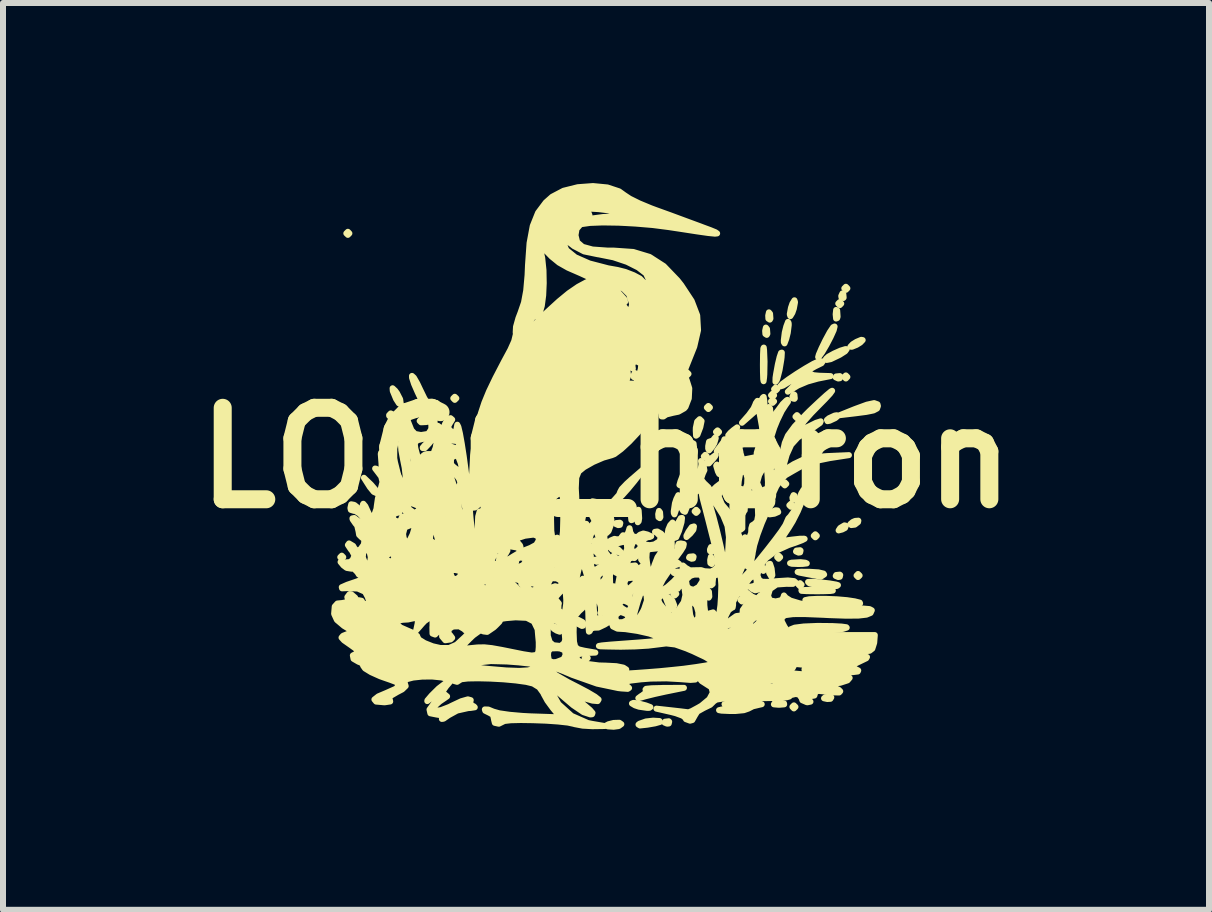
<source format=kicad_pcb>
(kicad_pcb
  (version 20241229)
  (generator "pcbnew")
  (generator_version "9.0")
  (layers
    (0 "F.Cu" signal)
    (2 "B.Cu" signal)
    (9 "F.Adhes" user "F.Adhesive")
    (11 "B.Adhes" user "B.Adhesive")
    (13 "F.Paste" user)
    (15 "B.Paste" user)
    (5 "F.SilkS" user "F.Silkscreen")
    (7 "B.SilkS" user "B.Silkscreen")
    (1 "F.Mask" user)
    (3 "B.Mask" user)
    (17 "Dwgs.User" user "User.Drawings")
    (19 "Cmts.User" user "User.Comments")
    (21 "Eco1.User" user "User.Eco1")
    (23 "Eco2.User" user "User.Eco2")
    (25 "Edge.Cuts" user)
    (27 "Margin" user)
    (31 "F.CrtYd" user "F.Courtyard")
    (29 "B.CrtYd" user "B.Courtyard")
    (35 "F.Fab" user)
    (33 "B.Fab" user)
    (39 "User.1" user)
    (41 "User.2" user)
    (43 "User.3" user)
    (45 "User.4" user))
  (footprint "LOGO_heron"
    (layer "F.Cu")
    (at 7.047 4.579)
    (property "Reference" "LOGO_heron" (at 0 0 0) (layer "F.SilkS") (effects (font (size 1.524 1.524) (thickness 0.3))))
    (attr through_hole)
    (fp_poly (pts (xy -4.378 1.654) (xy -4.403 1.68) (xy -4.428 1.654) (xy -4.403 1.629) (xy -4.378 1.654)) (stroke (width 0.1) (type solid)) (fill yes) (layer "F.SilkS"))
    (fp_poly (pts (xy -4.276 -3.741) (xy -4.301 -3.716) (xy -4.327 -3.741) (xy -4.301 -3.767) (xy -4.276 -3.741)) (stroke (width 0.1) (type solid)) (fill yes) (layer "F.SilkS"))
    (fp_poly (pts (xy -3.614 -0.331) (xy -3.639 -0.305) (xy -3.665 -0.331) (xy -3.639 -0.356) (xy -3.614 -0.331)) (stroke (width 0.1) (type solid)) (fill yes) (layer "F.SilkS"))
    (fp_poly (pts (xy -2.8 -0.891) (xy -2.825 -0.865) (xy -2.851 -0.891) (xy -2.825 -0.916) (xy -2.8 -0.891)) (stroke (width 0.1) (type solid)) (fill yes) (layer "F.SilkS"))
    (fp_poly (pts (xy -2.494 -0.993) (xy -2.52 -0.967) (xy -2.545 -0.993) (xy -2.52 -1.018) (xy -2.494 -0.993)) (stroke (width 0.1) (type solid)) (fill yes) (layer "F.SilkS"))
    (fp_poly (pts (xy -0.814 1.756) (xy -0.84 1.782) (xy -0.865 1.756) (xy -0.84 1.731) (xy -0.814 1.756)) (stroke (width 0.1) (type solid)) (fill yes) (layer "F.SilkS"))
    (fp_poly (pts (xy -0.305 3.334) (xy -0.331 3.36) (xy -0.356 3.334) (xy -0.331 3.309) (xy -0.305 3.334)) (stroke (width 0.1) (type solid)) (fill yes) (layer "F.SilkS"))
    (fp_poly (pts (xy -0.153 1.4) (xy -0.178 1.425) (xy -0.204 1.4) (xy -0.178 1.374) (xy -0.153 1.4)) (stroke (width 0.1) (type solid)) (fill yes) (layer "F.SilkS"))
    (fp_poly (pts (xy 0.153 1.654) (xy 0.127 1.68) (xy 0.102 1.654) (xy 0.127 1.629) (xy 0.153 1.654)) (stroke (width 0.1) (type solid)) (fill yes) (layer "F.SilkS"))
    (fp_poly (pts (xy 0.153 2.163) (xy 0.127 2.189) (xy 0.102 2.163) (xy 0.127 2.138) (xy 0.153 2.163)) (stroke (width 0.1) (type solid)) (fill yes) (layer "F.SilkS"))
    (fp_poly (pts (xy 1.171 2.265) (xy 1.145 2.291) (xy 1.12 2.265) (xy 1.145 2.24) (xy 1.171 2.265)) (stroke (width 0.1) (type solid)) (fill yes) (layer "F.SilkS"))
    (fp_poly (pts (xy 1.374 -1.4) (xy 1.349 -1.374) (xy 1.323 -1.4) (xy 1.349 -1.425) (xy 1.374 -1.4)) (stroke (width 0.1) (type solid)) (fill yes) (layer "F.SilkS"))
    (fp_poly (pts (xy 1.425 0.585) (xy 1.4 0.611) (xy 1.374 0.585) (xy 1.4 0.56) (xy 1.425 0.585)) (stroke (width 0.1) (type solid)) (fill yes) (layer "F.SilkS"))
    (fp_poly (pts (xy 1.527 0.891) (xy 1.502 0.916) (xy 1.476 0.891) (xy 1.502 0.865) (xy 1.527 0.891)) (stroke (width 0.1) (type solid)) (fill yes) (layer "F.SilkS"))
    (fp_poly (pts (xy 1.68 -0.025) (xy 1.654 0) (xy 1.629 -0.025) (xy 1.654 -0.051) (xy 1.68 -0.025)) (stroke (width 0.1) (type solid)) (fill yes) (layer "F.SilkS"))
    (fp_poly (pts (xy 1.731 -0.84) (xy 1.705 -0.814) (xy 1.68 -0.84) (xy 1.705 -0.865) (xy 1.731 -0.84)) (stroke (width 0.1) (type solid)) (fill yes) (layer "F.SilkS"))
    (fp_poly (pts (xy 1.883 -0.433) (xy 1.858 -0.407) (xy 1.832 -0.433) (xy 1.858 -0.458) (xy 1.883 -0.433)) (stroke (width 0.1) (type solid)) (fill yes) (layer "F.SilkS"))
    (fp_poly (pts (xy 2.291 2.367) (xy 2.265 2.392) (xy 2.24 2.367) (xy 2.265 2.341) (xy 2.291 2.367)) (stroke (width 0.1) (type solid)) (fill yes) (layer "F.SilkS"))
    (fp_poly (pts (xy 2.341 1.349) (xy 2.316 1.374) (xy 2.291 1.349) (xy 2.316 1.323) (xy 2.341 1.349)) (stroke (width 0.1) (type solid)) (fill yes) (layer "F.SilkS"))
    (fp_poly (pts (xy 2.596 2.316) (xy 2.571 2.341) (xy 2.545 2.316) (xy 2.571 2.291) (xy 2.596 2.316)) (stroke (width 0.1) (type solid)) (fill yes) (layer "F.SilkS"))
    (fp_poly (pts (xy 2.647 1.858) (xy 2.621 1.883) (xy 2.596 1.858) (xy 2.621 1.832) (xy 2.647 1.858)) (stroke (width 0.1) (type solid)) (fill yes) (layer "F.SilkS"))
    (fp_poly (pts (xy 2.8 -1.043) (xy 2.774 -1.018) (xy 2.749 -1.043) (xy 2.774 -1.069) (xy 2.8 -1.043)) (stroke (width 0.1) (type solid)) (fill yes) (layer "F.SilkS"))
    (fp_poly (pts (xy 2.8 -0.942) (xy 2.774 -0.916) (xy 2.749 -0.942) (xy 2.774 -0.967) (xy 2.8 -0.942)) (stroke (width 0.1) (type solid)) (fill yes) (layer "F.SilkS"))
    (fp_poly (pts (xy 2.851 -1.145) (xy 2.825 -1.12) (xy 2.8 -1.145) (xy 2.825 -1.171) (xy 2.851 -1.145)) (stroke (width 0.1) (type solid)) (fill yes) (layer "F.SilkS"))
    (fp_poly (pts (xy 2.901 1.654) (xy 2.876 1.68) (xy 2.851 1.654) (xy 2.876 1.629) (xy 2.901 1.654)) (stroke (width 0.1) (type solid)) (fill yes) (layer "F.SilkS"))
    (fp_poly (pts (xy 3.003 0.433) (xy 2.978 0.458) (xy 2.952 0.433) (xy 2.978 0.407) (xy 3.003 0.433)) (stroke (width 0.1) (type solid)) (fill yes) (layer "F.SilkS"))
    (fp_poly (pts (xy 3.105 0.789) (xy 3.08 0.814) (xy 3.054 0.789) (xy 3.08 0.764) (xy 3.105 0.789)) (stroke (width 0.1) (type solid)) (fill yes) (layer "F.SilkS"))
    (fp_poly (pts (xy 3.156 4.148) (xy 3.13 4.174) (xy 3.105 4.148) (xy 3.13 4.123) (xy 3.156 4.148)) (stroke (width 0.1) (type solid)) (fill yes) (layer "F.SilkS"))
    (fp_poly (pts (xy 3.207 -0.687) (xy 3.181 -0.662) (xy 3.156 -0.687) (xy 3.181 -0.713) (xy 3.207 -0.687)) (stroke (width 0.1) (type solid)) (fill yes) (layer "F.SilkS"))
    (fp_poly (pts (xy 3.258 2.112) (xy 3.232 2.138) (xy 3.207 2.112) (xy 3.232 2.087) (xy 3.258 2.112)) (stroke (width 0.1) (type solid)) (fill yes) (layer "F.SilkS"))
    (fp_poly (pts (xy 3.512 1.298) (xy 3.487 1.323) (xy 3.461 1.298) (xy 3.487 1.273) (xy 3.512 1.298)) (stroke (width 0.1) (type solid)) (fill yes) (layer "F.SilkS"))
    (fp_poly (pts (xy 3.919 -2.571) (xy 3.894 -2.545) (xy 3.869 -2.571) (xy 3.894 -2.596) (xy 3.919 -2.571)) (stroke (width 0.1) (type solid)) (fill yes) (layer "F.SilkS"))
    (fp_poly (pts (xy 4.021 -2.825) (xy 3.996 -2.8) (xy 3.97 -2.825) (xy 3.996 -2.851) (xy 4.021 -2.825)) (stroke (width 0.1) (type solid)) (fill yes) (layer "F.SilkS"))
    (fp_poly (pts (xy 4.021 -1.349) (xy 3.996 -1.323) (xy 3.97 -1.349) (xy 3.996 -1.374) (xy 4.021 -1.349)) (stroke (width 0.1) (type solid)) (fill yes) (layer "F.SilkS"))
    (fp_poly (pts (xy 4.225 1.96) (xy 4.199 1.985) (xy 4.174 1.96) (xy 4.199 1.934) (xy 4.225 1.96)) (stroke (width 0.1) (type solid)) (fill yes) (layer "F.SilkS"))
    (fp_poly (pts (xy -2.053 2.155) (xy -2.06 2.185) (xy -2.087 2.189) (xy -2.129 2.17) (xy -2.121 2.155) (xy -2.061 2.149) (xy -2.053 2.155)) (stroke (width 0.1) (type solid)) (fill yes) (layer "F.SilkS"))
    (fp_poly (pts (xy -0.119 1.697) (xy -0.126 1.727) (xy -0.153 1.731) (xy -0.195 1.712) (xy -0.187 1.697) (xy -0.126 1.691) (xy -0.119 1.697)) (stroke (width 0.1) (type solid)) (fill yes) (layer "F.SilkS"))
    (fp_poly (pts (xy 0.238 1.086) (xy 0.231 1.116) (xy 0.204 1.12) (xy 0.162 1.101) (xy 0.17 1.086) (xy 0.23 1.08) (xy 0.238 1.086)) (stroke (width 0.1) (type solid)) (fill yes) (layer "F.SilkS"))
    (fp_poly (pts (xy 0.448 1.008) (xy 0.441 1.031) (xy 0.422 1.037) (xy 0.415 0.967) (xy 0.423 0.895) (xy 0.441 0.904) (xy 0.448 1.008)) (stroke (width 0.1) (type solid)) (fill yes) (layer "F.SilkS"))
    (fp_poly (pts (xy 0.492 1.799) (xy 0.485 1.829) (xy 0.458 1.832) (xy 0.416 1.814) (xy 0.424 1.799) (xy 0.485 1.792) (xy 0.492 1.799)) (stroke (width 0.1) (type solid)) (fill yes) (layer "F.SilkS"))
    (fp_poly (pts (xy 0.498 -1.348) (xy 0.492 -1.34) (xy 0.462 -1.347) (xy 0.458 -1.374) (xy 0.477 -1.416) (xy 0.492 -1.408) (xy 0.498 -1.348)) (stroke (width 0.1) (type solid)) (fill yes) (layer "F.SilkS"))
    (fp_poly (pts (xy 0.906 0.986) (xy 0.896 1.004) (xy 0.873 0.989) (xy 0.869 0.937) (xy 0.882 0.883) (xy 0.9 0.907) (xy 0.906 0.986)) (stroke (width 0.1) (type solid)) (fill yes) (layer "F.SilkS"))
    (fp_poly (pts (xy 1.052 4.395) (xy 1.045 4.425) (xy 1.018 4.428) (xy 0.976 4.41) (xy 0.984 4.395) (xy 1.045 4.388) (xy 1.052 4.395)) (stroke (width 0.1) (type solid)) (fill yes) (layer "F.SilkS"))
    (fp_poly (pts (xy 1.205 1.9) (xy 1.198 1.931) (xy 1.171 1.934) (xy 1.129 1.916) (xy 1.137 1.9) (xy 1.197 1.894) (xy 1.205 1.9)) (stroke (width 0.1) (type solid)) (fill yes) (layer "F.SilkS"))
    (fp_poly (pts (xy 1.414 -0.024) (xy 1.408 -0.017) (xy 1.378 -0.024) (xy 1.374 -0.051) (xy 1.393 -0.093) (xy 1.408 -0.085) (xy 1.414 -0.024)) (stroke (width 0.1) (type solid)) (fill yes) (layer "F.SilkS"))
    (fp_poly (pts (xy 1.459 1.646) (xy 1.452 1.676) (xy 1.425 1.68) (xy 1.383 1.661) (xy 1.391 1.646) (xy 1.452 1.64) (xy 1.459 1.646)) (stroke (width 0.1) (type solid)) (fill yes) (layer "F.SilkS"))
    (fp_poly (pts (xy 1.465 -0.177) (xy 1.459 -0.17) (xy 1.429 -0.177) (xy 1.425 -0.204) (xy 1.444 -0.246) (xy 1.459 -0.238) (xy 1.465 -0.177)) (stroke (width 0.1) (type solid)) (fill yes) (layer "F.SilkS"))
    (fp_poly (pts (xy 1.721 2.31) (xy 1.711 2.328) (xy 1.687 2.313) (xy 1.684 2.261) (xy 1.696 2.207) (xy 1.715 2.23) (xy 1.721 2.31)) (stroke (width 0.1) (type solid)) (fill yes) (layer "F.SilkS"))
    (fp_poly (pts (xy 1.771 1.554) (xy 1.765 1.561) (xy 1.734 1.554) (xy 1.731 1.527) (xy 1.749 1.485) (xy 1.765 1.493) (xy 1.771 1.554)) (stroke (width 0.1) (type solid)) (fill yes) (layer "F.SilkS"))
    (fp_poly (pts (xy 1.772 1.75) (xy 1.761 1.768) (xy 1.738 1.753) (xy 1.735 1.701) (xy 1.747 1.647) (xy 1.765 1.67) (xy 1.772 1.75)) (stroke (width 0.1) (type solid)) (fill yes) (layer "F.SilkS"))
    (fp_poly (pts (xy 2.688 -2.068) (xy 2.678 -2.05) (xy 2.655 -2.065) (xy 2.651 -2.117) (xy 2.663 -2.171) (xy 2.682 -2.147) (xy 2.688 -2.068)) (stroke (width 0.1) (type solid)) (fill yes) (layer "F.SilkS"))
    (fp_poly (pts (xy 2.739 -2.322) (xy 2.729 -2.304) (xy 2.705 -2.32) (xy 2.702 -2.371) (xy 2.714 -2.425) (xy 2.733 -2.402) (xy 2.739 -2.322)) (stroke (width 0.1) (type solid)) (fill yes) (layer "F.SilkS"))
    (fp_poly (pts (xy 2.739 -0.744) (xy 2.729 -0.726) (xy 2.705 -0.742) (xy 2.702 -0.793) (xy 2.714 -0.848) (xy 2.733 -0.824) (xy 2.739 -0.744)) (stroke (width 0.1) (type solid)) (fill yes) (layer "F.SilkS"))
    (fp_poly (pts (xy 3.145 -0.992) (xy 3.139 -0.984) (xy 3.109 -0.991) (xy 3.105 -1.018) (xy 3.124 -1.06) (xy 3.139 -1.052) (xy 3.145 -0.992)) (stroke (width 0.1) (type solid)) (fill yes) (layer "F.SilkS"))
    (fp_poly (pts (xy 3.145 0.688) (xy 3.139 0.696) (xy 3.109 0.689) (xy 3.105 0.662) (xy 3.124 0.62) (xy 3.139 0.628) (xy 3.145 0.688)) (stroke (width 0.1) (type solid)) (fill yes) (layer "F.SilkS"))
    (fp_poly (pts (xy 3.241 1.544) (xy 3.234 1.574) (xy 3.207 1.578) (xy 3.165 1.559) (xy 3.173 1.544) (xy 3.233 1.538) (xy 3.241 1.544)) (stroke (width 0.1) (type solid)) (fill yes) (layer "F.SilkS"))
    (fp_poly (pts (xy 3.753 3.99) (xy 3.738 4.014) (xy 3.686 4.017) (xy 3.632 4.005) (xy 3.655 3.986) (xy 3.735 3.98) (xy 3.753 3.99)) (stroke (width 0.1) (type solid)) (fill yes) (layer "F.SilkS"))
    (fp_poly (pts (xy 3.858 -2.352) (xy 3.851 -2.329) (xy 3.833 -2.322) (xy 3.826 -2.392) (xy 3.834 -2.465) (xy 3.851 -2.456) (xy 3.858 -2.352)) (stroke (width 0.1) (type solid)) (fill yes) (layer "F.SilkS"))
    (fp_poly (pts (xy 3.902 -1.357) (xy 3.895 -1.327) (xy 3.869 -1.323) (xy 3.827 -1.342) (xy 3.835 -1.357) (xy 3.895 -1.363) (xy 3.902 -1.357)) (stroke (width 0.1) (type solid)) (fill yes) (layer "F.SilkS"))
    (fp_poly (pts (xy 3.902 1.951) (xy 3.895 1.981) (xy 3.869 1.985) (xy 3.827 1.967) (xy 3.835 1.951) (xy 3.895 1.945) (xy 3.902 1.951)) (stroke (width 0.1) (type solid)) (fill yes) (layer "F.SilkS"))
    (fp_poly (pts (xy 3.959 -2.671) (xy 3.953 -2.664) (xy 3.923 -2.671) (xy 3.919 -2.698) (xy 3.938 -2.74) (xy 3.953 -2.732) (xy 3.959 -2.671)) (stroke (width 0.1) (type solid)) (fill yes) (layer "F.SilkS"))
    (fp_poly (pts (xy -1.28 2.184) (xy -1.328 2.166) (xy -1.374 2.138) (xy -1.413 2.097) (xy -1.39 2.088) (xy -1.309 2.124) (xy -1.298 2.138) (xy -1.28 2.184)) (stroke (width 0.1) (type solid)) (fill yes) (layer "F.SilkS"))
    (fp_poly (pts (xy -0.771 2.896) (xy -0.819 2.879) (xy -0.865 2.851) (xy -0.904 2.81) (xy -0.881 2.8) (xy -0.8 2.837) (xy -0.789 2.851) (xy -0.771 2.896)) (stroke (width 0.1) (type solid)) (fill yes) (layer "F.SilkS"))
    (fp_poly (pts (xy 1.465 1.142) (xy 1.456 1.196) (xy 1.404 1.261) (xy 1.341 1.318) (xy 1.339 1.298) (xy 1.373 1.23) (xy 1.427 1.153) (xy 1.465 1.142)) (stroke (width 0.1) (type solid)) (fill yes) (layer "F.SilkS"))
    (fp_poly (pts (xy 1.523 0.53) (xy 1.512 0.559) (xy 1.505 0.56) (xy 1.462 0.524) (xy 1.446 0.501) (xy 1.44 0.466) (xy 1.468 0.479) (xy 1.523 0.53)) (stroke (width 0.1) (type solid)) (fill yes) (layer "F.SilkS"))
    (fp_poly (pts (xy 1.923 0.254) (xy 1.92 0.286) (xy 1.885 0.268) (xy 1.864 0.227) (xy 1.835 0.13) (xy 1.847 0.111) (xy 1.89 0.169) (xy 1.923 0.254)) (stroke (width 0.1) (type solid)) (fill yes) (layer "F.SilkS"))
    (fp_poly (pts (xy 2.869 0.902) (xy 2.804 0.93) (xy 2.725 0.941) (xy 2.735 0.91) (xy 2.737 0.908) (xy 2.825 0.872) (xy 2.857 0.876) (xy 2.869 0.902)) (stroke (width 0.1) (type solid)) (fill yes) (layer "F.SilkS"))
    (fp_poly (pts (xy 3.997 1.13) (xy 3.982 1.168) (xy 3.934 1.193) (xy 3.875 1.208) (xy 3.899 1.171) (xy 3.906 1.164) (xy 3.973 1.124) (xy 3.997 1.13)) (stroke (width 0.1) (type solid)) (fill yes) (layer "F.SilkS"))
    (fp_poly (pts (xy 4.204 1.046) (xy 4.199 1.07) (xy 4.145 1.112) (xy 4.086 1.119) (xy 4.072 1.1) (xy 4.112 1.067) (xy 4.151 1.05) (xy 4.204 1.046)) (stroke (width 0.1) (type solid)) (fill yes) (layer "F.SilkS"))
    (fp_poly (pts (xy -3.825 0.583) (xy -3.826 0.586) (xy -3.869 0.567) (xy -3.936 0.485) (xy -3.944 0.472) (xy -4.034 0.331) (xy -3.916 0.444) (xy -3.843 0.529) (xy -3.825 0.583)) (stroke (width 0.1) (type solid)) (fill yes) (layer "F.SilkS"))
    (fp_poly (pts (xy -2.905 -0.305) (xy -2.917 -0.279) (xy -2.946 -0.242) (xy -3.02 -0.163) (xy -3.053 -0.163) (xy -3.054 -0.172) (xy -3.019 -0.214) (xy -2.965 -0.261) (xy -2.905 -0.305)) (stroke (width 0.1) (type solid)) (fill yes) (layer "F.SilkS"))
    (fp_poly (pts (xy -0.382 2.749) (xy -0.384 2.796) (xy -0.401 2.8) (xy -0.473 2.762) (xy -0.484 2.749) (xy -0.481 2.702) (xy -0.464 2.698) (xy -0.392 2.735) (xy -0.382 2.749)) (stroke (width 0.1) (type solid)) (fill yes) (layer "F.SilkS"))
    (fp_poly (pts (xy 0.244 1.567) (xy 0.229 1.576) (xy 0.145 1.551) (xy 0.102 1.527) (xy 0.061 1.487) (xy 0.076 1.478) (xy 0.16 1.503) (xy 0.204 1.527) (xy 0.244 1.567)) (stroke (width 0.1) (type solid)) (fill yes) (layer "F.SilkS"))
    (fp_poly (pts (xy 0.255 4.436) (xy 0.211 4.468) (xy 0.127 4.479) (xy 0.031 4.473) (xy 0 4.46) (xy 0.043 4.437) (xy 0.127 4.416) (xy 0.222 4.413) (xy 0.255 4.436)) (stroke (width 0.1) (type solid)) (fill yes) (layer "F.SilkS"))
    (fp_poly (pts (xy 0.552 1.007) (xy 0.544 1.056) (xy 0.529 1.072) (xy 0.521 1.002) (xy 0.521 0.967) (xy 0.526 0.875) (xy 0.539 0.864) (xy 0.544 0.878) (xy 0.552 1.007)) (stroke (width 0.1) (type solid)) (fill yes) (layer "F.SilkS"))
    (fp_poly (pts (xy 1.829 -0.051) (xy 1.816 -0.024) (xy 1.788 0.013) (xy 1.714 0.092) (xy 1.681 0.092) (xy 1.68 0.083) (xy 1.715 0.04) (xy 1.769 -0.006) (xy 1.829 -0.051)) (stroke (width 0.1) (type solid)) (fill yes) (layer "F.SilkS"))
    (fp_poly (pts (xy 2.185 -0.509) (xy 2.173 -0.482) (xy 2.144 -0.445) (xy 2.07 -0.366) (xy 2.037 -0.367) (xy 2.036 -0.376) (xy 2.071 -0.418) (xy 2.125 -0.465) (xy 2.185 -0.509)) (stroke (width 0.1) (type solid)) (fill yes) (layer "F.SilkS"))
    (fp_poly (pts (xy 2.968 4.106) (xy 2.888 4.113) (xy 2.876 4.113) (xy 2.797 4.106) (xy 2.805 4.09) (xy 2.813 4.088) (xy 2.924 4.08) (xy 2.966 4.09) (xy 2.968 4.106)) (stroke (width 0.1) (type solid)) (fill yes) (layer "F.SilkS"))
    (fp_poly (pts (xy 3.149 -2.596) (xy 3.129 -2.487) (xy 3.105 -2.418) (xy 3.071 -2.362) (xy 3.061 -2.392) (xy 3.081 -2.501) (xy 3.105 -2.571) (xy 3.139 -2.626) (xy 3.149 -2.596)) (stroke (width 0.1) (type solid)) (fill yes) (layer "F.SilkS"))
    (fp_poly (pts (xy 3.345 1.758) (xy 3.282 1.766) (xy 3.207 1.768) (xy 3.097 1.764) (xy 3.066 1.754) (xy 3.092 1.746) (xy 3.241 1.737) (xy 3.321 1.746) (xy 3.345 1.758)) (stroke (width 0.1) (type solid)) (fill yes) (layer "F.SilkS"))
    (fp_poly (pts (xy 3.852 -0.69) (xy 3.818 -0.662) (xy 3.725 -0.619) (xy 3.69 -0.612) (xy 3.681 -0.633) (xy 3.716 -0.662) (xy 3.809 -0.705) (xy 3.843 -0.711) (xy 3.852 -0.69)) (stroke (width 0.1) (type solid)) (fill yes) (layer "F.SilkS"))
    (fp_poly (pts (xy 4.276 -1.963) (xy 4.237 -1.922) (xy 4.174 -1.883) (xy 4.095 -1.851) (xy 4.072 -1.854) (xy 4.111 -1.895) (xy 4.174 -1.934) (xy 4.253 -1.967) (xy 4.276 -1.963)) (stroke (width 0.1) (type solid)) (fill yes) (layer "F.SilkS"))
    (fp_poly (pts (xy -3.421 -0.909) (xy -3.451 -0.909) (xy -3.499 -0.984) (xy -3.501 -0.989) (xy -3.553 -1.115) (xy -3.556 -1.16) (xy -3.513 -1.12) (xy -3.483 -1.079) (xy -3.43 -0.976) (xy -3.421 -0.909)) (stroke (width 0.1) (type solid)) (fill yes) (layer "F.SilkS"))
    (fp_poly (pts (xy 0.739 4.152) (xy 0.722 4.164) (xy 0.687 4.165) (xy 0.553 4.146) (xy 0.484 4.123) (xy 0.432 4.092) (xy 0.459 4.081) (xy 0.543 4.092) (xy 0.662 4.123) (xy 0.739 4.152)) (stroke (width 0.1) (type solid)) (fill yes) (layer "F.SilkS"))
    (fp_poly (pts (xy 0.9 4.399) (xy 0.815 4.423) (xy 0.687 4.445) (xy 0.566 4.458) (xy 0.541 4.443) (xy 0.56 4.428) (xy 0.666 4.391) (xy 0.785 4.378) (xy 0.891 4.384) (xy 0.9 4.399)) (stroke (width 0.1) (type solid)) (fill yes) (layer "F.SilkS"))
    (fp_poly (pts (xy 1.592 -0.614) (xy 1.571 -0.512) (xy 1.567 -0.501) (xy 1.523 -0.386) (xy 1.5 -0.37) (xy 1.495 -0.452) (xy 1.496 -0.5) (xy 1.518 -0.604) (xy 1.56 -0.645) (xy 1.592 -0.614)) (stroke (width 0.1) (type solid)) (fill yes) (layer "F.SilkS"))
    (fp_poly (pts (xy 2.771 1.954) (xy 2.756 1.982) (xy 2.72 1.92) (xy 2.717 1.91) (xy 2.704 1.803) (xy 2.71 1.771) (xy 2.733 1.765) (xy 2.758 1.841) (xy 2.759 1.845) (xy 2.771 1.954)) (stroke (width 0.1) (type solid)) (fill yes) (layer "F.SilkS"))
    (fp_poly (pts (xy -3.516 -0.267) (xy -3.517 -0.255) (xy -3.538 -0.145) (xy -3.563 -0.076) (xy -3.597 -0.004) (xy -3.608 -0.024) (xy -3.61 -0.076) (xy -3.588 -0.201) (xy -3.563 -0.255) (xy -3.524 -0.305) (xy -3.516 -0.267)) (stroke (width 0.1) (type solid)) (fill yes) (layer "F.SilkS"))
    (fp_poly (pts (xy 3.044 -2.214) (xy 3.028 -2.085) (xy 3.003 -1.985) (xy 2.974 -1.908) (xy 2.963 -1.926) (xy 2.962 -1.96) (xy 2.978 -2.089) (xy 3.003 -2.189) (xy 3.032 -2.266) (xy 3.043 -2.248) (xy 3.044 -2.214)) (stroke (width 0.1) (type solid)) (fill yes) (layer "F.SilkS"))
    (fp_poly (pts (xy 1.136 2.456) (xy 1.12 2.517) (xy 1.087 2.528) (xy 1.038 2.515) (xy 1.042 2.504) (xy 1.04 2.447) (xy 1.015 2.387) (xy 0.99 2.319) (xy 1.031 2.318) (xy 1.037 2.321) (xy 1.105 2.377) (xy 1.136 2.456)) (stroke (width 0.1) (type solid)) (fill yes) (layer "F.SilkS"))
    (fp_poly (pts (xy 1.371 0.153) (xy 1.354 0.223) (xy 1.316 0.318) (xy 1.271 0.407) (xy 1.235 0.458) (xy 1.223 0.451) (xy 1.241 0.387) (xy 1.286 0.272) (xy 1.296 0.248) (xy 1.343 0.157) (xy 1.369 0.14) (xy 1.371 0.153)) (stroke (width 0.1) (type solid)) (fill yes) (layer "F.SilkS"))
    (fp_poly (pts (xy 1.828 -0.328) (xy 1.804 -0.246) (xy 1.767 -0.184) (xy 1.717 -0.125) (xy 1.702 -0.153) (xy 1.702 -0.196) (xy 1.716 -0.269) (xy 1.737 -0.276) (xy 1.785 -0.293) (xy 1.799 -0.318) (xy 1.823 -0.346) (xy 1.828 -0.328)) (stroke (width 0.1) (type solid)) (fill yes) (layer "F.SilkS"))
    (fp_poly (pts (xy 2.641 -1.604) (xy 2.637 -1.391) (xy 2.633 -1.338) (xy 2.625 -1.278) (xy 2.619 -1.311) (xy 2.615 -1.428) (xy 2.614 -1.553) (xy 2.616 -1.725) (xy 2.621 -1.824) (xy 2.628 -1.838) (xy 2.633 -1.796) (xy 2.641 -1.604)) (stroke (width 0.1) (type solid)) (fill yes) (layer "F.SilkS"))
    (fp_poly (pts (xy 3.779 2.211) (xy 3.738 2.217) (xy 3.615 2.221) (xy 3.512 2.222) (xy 3.347 2.22) (xy 3.258 2.215) (xy 3.255 2.207) (xy 3.296 2.202) (xy 3.499 2.194) (xy 3.707 2.201) (xy 3.729 2.202) (xy 3.779 2.211)) (stroke (width 0.1) (type solid)) (fill yes) (layer "F.SilkS"))
    (fp_poly (pts (xy 4.009 -1.811) (xy 3.984 -1.776) (xy 3.895 -1.719) (xy 3.876 -1.709) (xy 3.742 -1.645) (xy 3.677 -1.632) (xy 3.665 -1.651) (xy 3.706 -1.688) (xy 3.801 -1.74) (xy 3.909 -1.788) (xy 3.991 -1.813) (xy 4.009 -1.811)) (stroke (width 0.1) (type solid)) (fill yes) (layer "F.SilkS"))
    (fp_poly (pts (xy 1.296 1.435) (xy 1.287 1.48) (xy 1.242 1.553) (xy 1.166 1.656) (xy 1.127 1.672) (xy 1.12 1.632) (xy 1.157 1.563) (xy 1.172 1.552) (xy 1.201 1.491) (xy 1.194 1.473) (xy 1.208 1.432) (xy 1.245 1.425) (xy 1.296 1.435)) (stroke (width 0.1) (type solid)) (fill yes) (layer "F.SilkS"))
    (fp_poly (pts (xy 2.929 -1.754) (xy 2.925 -1.677) (xy 2.919 -1.629) (xy 2.891 -1.464) (xy 2.856 -1.328) (xy 2.845 -1.298) (xy 2.823 -1.268) (xy 2.824 -1.334) (xy 2.834 -1.4) (xy 2.863 -1.559) (xy 2.892 -1.68) (xy 2.916 -1.75) (xy 2.929 -1.754)) (stroke (width 0.1) (type solid)) (fill yes) (layer "F.SilkS"))
    (fp_poly (pts (xy 3.634 1.943) (xy 3.579 1.979) (xy 3.573 1.978) (xy 3.504 1.965) (xy 3.377 1.941) (xy 3.334 1.933) (xy 3.221 1.911) (xy 3.192 1.9) (xy 3.254 1.897) (xy 3.395 1.898) (xy 3.538 1.907) (xy 3.623 1.927) (xy 3.634 1.943)) (stroke (width 0.1) (type solid)) (fill yes) (layer "F.SilkS"))
    (fp_poly (pts (xy 3.808 -2.189) (xy 3.793 -2.128) (xy 3.742 -2.015) (xy 3.673 -1.883) (xy 3.603 -1.764) (xy 3.549 -1.69) (xy 3.534 -1.68) (xy 3.545 -1.721) (xy 3.591 -1.828) (xy 3.654 -1.958) (xy 3.728 -2.095) (xy 3.784 -2.178) (xy 3.808 -2.189)) (stroke (width 0.1) (type solid)) (fill yes) (layer "F.SilkS"))
    (fp_poly (pts (xy 3.864 2.12) (xy 3.844 2.134) (xy 3.756 2.137) (xy 3.631 2.13) (xy 3.503 2.115) (xy 3.404 2.094) (xy 3.385 2.087) (xy 3.366 2.067) (xy 3.441 2.063) (xy 3.563 2.073) (xy 3.721 2.091) (xy 3.832 2.11) (xy 3.864 2.12)) (stroke (width 0.1) (type solid)) (fill yes) (layer "F.SilkS"))
    (fp_poly (pts (xy 1.298 3.831) (xy 0.993 3.893) (xy 0.811 3.933) (xy 0.658 3.971) (xy 0.585 3.992) (xy 0.538 4.003) (xy 0.58 3.971) (xy 0.606 3.955) (xy 0.681 3.896) (xy 0.663 3.861) (xy 0.658 3.859) (xy 0.669 3.847) (xy 0.762 3.838) (xy 0.919 3.834) (xy 0.943 3.833) (xy 1.298 3.831)) (stroke (width 0.1) (type solid)) (fill yes) (layer "F.SilkS"))
    (fp_poly (pts (xy 4.01 2.828) (xy 3.946 2.849) (xy 3.815 2.866) (xy 3.645 2.879) (xy 3.461 2.885) (xy 3.288 2.886) (xy 3.153 2.879) (xy 3.081 2.865) (xy 3.077 2.855) (xy 3.144 2.828) (xy 3.294 2.809) (xy 3.512 2.8) (xy 3.575 2.8) (xy 3.774 2.802) (xy 3.923 2.81) (xy 4.003 2.821) (xy 4.01 2.828)) (stroke (width 0.1) (type solid)) (fill yes) (layer "F.SilkS"))
    (fp_poly (pts (xy 4.233 2.424) (xy 4.155 2.43) (xy 3.987 2.432) (xy 3.894 2.432) (xy 3.677 2.426) (xy 3.489 2.414) (xy 3.362 2.397) (xy 3.334 2.389) (xy 3.321 2.369) (xy 3.388 2.355) (xy 3.512 2.349) (xy 3.672 2.349) (xy 3.846 2.356) (xy 4.011 2.37) (xy 4.146 2.39) (xy 4.148 2.391) (xy 4.228 2.411) (xy 4.233 2.424)) (stroke (width 0.1) (type solid)) (fill yes) (layer "F.SilkS"))
    (fp_poly (pts (xy 0.634 0.178) (xy 0.472 0.387) (xy 0.362 0.52) (xy 0.266 0.627) (xy 0.231 0.66) (xy 0.166 0.741) (xy 0.153 0.783) (xy 0.114 0.852) (xy 0.048 0.906) (xy -0.025 0.946) (xy -0.028 0.921) (xy -0.008 0.88) (xy 0.068 0.775) (xy 0.147 0.693) (xy 0.218 0.613) (xy 0.236 0.566) (xy 0.262 0.518) (xy 0.347 0.429) (xy 0.427 0.356) (xy 0.634 0.178)) (stroke (width 0.1) (type solid)) (fill yes) (layer "F.SilkS"))
    (fp_poly (pts (xy 4.53 -0.864) (xy 4.515 -0.822) (xy 4.456 -0.791) (xy 4.419 -0.783) (xy 4.419 -0.833) (xy 4.411 -0.848) (xy 4.351 -0.854) (xy 4.344 -0.848) (xy 4.351 -0.818) (xy 4.378 -0.814) (xy 4.419 -0.833) (xy 4.419 -0.783) (xy 4.333 -0.766) (xy 4.148 -0.742) (xy 3.894 -0.712) (xy 4.148 -0.814) (xy 4.347 -0.887) (xy 4.467 -0.913) (xy 4.523 -0.893) (xy 4.53 -0.864)) (stroke (width 0.1) (type solid)) (fill yes) (layer "F.SilkS"))
    (fp_poly (pts (xy 1.363 0.741) (xy 1.347 0.819) (xy 1.316 0.898) (xy 1.285 0.884) (xy 1.256 0.835) (xy 1.214 0.773) (xy 1.187 0.797) (xy 1.166 0.865) (xy 1.14 0.941) (xy 1.13 0.922) (xy 1.128 0.891) (xy 1.148 0.757) (xy 1.171 0.687) (xy 1.204 0.621) (xy 1.217 0.648) (xy 1.218 0.674) (xy 1.246 0.746) (xy 1.295 0.762) (xy 1.323 0.711) (xy 1.323 0.704) (xy 1.342 0.668) (xy 1.354 0.675) (xy 1.363 0.741)) (stroke (width 0.1) (type solid)) (fill yes) (layer "F.SilkS"))
    (fp_poly (pts (xy 2.594 4.104) (xy 2.571 4.109) (xy 2.445 4.139) (xy 2.369 4.178) (xy 2.294 4.204) (xy 2.291 4.204) (xy 2.291 4.148) (xy 2.265 4.123) (xy 2.24 4.148) (xy 2.265 4.174) (xy 2.291 4.148) (xy 2.291 4.204) (xy 2.155 4.217) (xy 2.064 4.217) (xy 1.926 4.211) (xy 1.883 4.203) (xy 1.929 4.192) (xy 1.985 4.183) (xy 2.163 4.158) (xy 2.011 4.121) (xy 1.974 4.103) (xy 2.037 4.091) (xy 2.197 4.086) (xy 2.291 4.086) (xy 2.464 4.089) (xy 2.57 4.095) (xy 2.594 4.104)) (stroke (width 0.1) (type solid)) (fill yes) (layer "F.SilkS"))
    (fp_poly (pts (xy 3.741 -1.363) (xy 3.528 -1.321) (xy 3.353 -1.272) (xy 3.195 -1.205) (xy 3.172 -1.191) (xy 3.029 -1.103) (xy 3.169 -1.241) (xy 3.279 -1.358) (xy 3.311 -1.411) (xy 3.265 -1.402) (xy 3.143 -1.329) (xy 3.041 -1.261) (xy 2.948 -1.204) (xy 2.902 -1.191) (xy 2.901 -1.193) (xy 2.941 -1.235) (xy 3.043 -1.31) (xy 3.18 -1.402) (xy 3.326 -1.493) (xy 3.455 -1.567) (xy 3.541 -1.607) (xy 3.55 -1.61) (xy 3.611 -1.608) (xy 3.59 -1.577) (xy 3.496 -1.531) (xy 3.487 -1.527) (xy 3.381 -1.467) (xy 3.372 -1.414) (xy 3.457 -1.378) (xy 3.55 -1.369) (xy 3.741 -1.363)) (stroke (width 0.1) (type solid)) (fill yes) (layer "F.SilkS"))
    (fp_poly (pts (xy -2.187 4.155) (xy -2.257 4.166) (xy -2.296 4.168) (xy -2.483 4.21) (xy -2.625 4.288) (xy -2.707 4.345) (xy -2.735 4.349) (xy -2.731 4.338) (xy -2.733 4.29) (xy -2.822 4.276) (xy -2.927 4.255) (xy -2.941 4.193) (xy -2.864 4.086) (xy -2.846 4.068) (xy -2.773 3.972) (xy -2.781 3.93) (xy -2.854 3.956) (xy -2.914 4) (xy -2.978 4.052) (xy -2.976 4.04) (xy -2.907 3.959) (xy -2.901 3.953) (xy -2.788 3.841) (xy -2.682 3.76) (xy -2.672 3.755) (xy -2.604 3.721) (xy -2.608 3.741) (xy -2.663 3.805) (xy -2.72 3.887) (xy -2.702 3.932) (xy -2.688 3.94) (xy -2.648 3.973) (xy -2.686 4) (xy -2.773 4.059) (xy -2.835 4.115) (xy -2.891 4.18) (xy -2.871 4.207) (xy -2.839 4.215) (xy -2.747 4.202) (xy -2.612 4.15) (xy -2.564 4.126) (xy -2.411 4.054) (xy -2.302 4.023) (xy -2.254 4.036) (xy -2.263 4.068) (xy -2.247 4.118) (xy -2.202 4.139) (xy -2.187 4.155)) (stroke (width 0.1) (type solid)) (fill yes) (layer "F.SilkS"))
    (fp_poly (pts (xy 4.478 2.952) (xy 4.468 3.08) (xy 4.437 3.178) (xy 4.392 3.213) (xy 4.277 3.228) (xy 4.219 3.25) (xy 4.195 3.27) (xy 4.208 3.299) (xy 4.28 3.311) (xy 4.348 3.317) (xy 4.335 3.339) (xy 4.236 3.387) (xy 4.225 3.392) (xy 4.116 3.446) (xy 4.112 3.45) (xy 4.112 3.231) (xy 4.106 3.224) (xy 4.076 3.231) (xy 4.072 3.258) (xy 4.091 3.3) (xy 4.106 3.292) (xy 4.112 3.231) (xy 4.112 3.45) (xy 4.09 3.479) (xy 4.139 3.51) (xy 4.148 3.514) (xy 4.202 3.541) (xy 4.194 3.559) (xy 4.112 3.569) (xy 3.945 3.574) (xy 3.869 3.576) (xy 3.716 3.578) (xy 3.716 3.283) (xy 3.69 3.258) (xy 3.665 3.283) (xy 3.69 3.309) (xy 3.716 3.283) (xy 3.716 3.578) (xy 3.639 3.579) (xy 3.859 3.6) (xy 4.006 3.626) (xy 4.059 3.665) (xy 4.023 3.707) (xy 3.996 3.716) (xy 3.996 3.695) (xy 3.526 3.678) (xy 3.526 3.594) (xy 3.488 3.58) (xy 3.41 3.563) (xy 3.31 3.538) (xy 3.306 3.524) (xy 3.355 3.519) (xy 3.446 3.507) (xy 3.436 3.485) (xy 3.325 3.455) (xy 3.268 3.444) (xy 3.156 3.433) (xy 3.129 3.458) (xy 3.131 3.462) (xy 3.111 3.499) (xy 3.019 3.516) (xy 2.952 3.52) (xy 2.952 2.927) (xy 2.927 2.901) (xy 2.901 2.927) (xy 2.927 2.952) (xy 2.952 2.927) (xy 2.952 3.52) (xy 2.927 3.522) (xy 2.929 3.54) (xy 2.978 3.563) (xy 3.088 3.588) (xy 3.251 3.603) (xy 3.334 3.604) (xy 3.477 3.601) (xy 3.526 3.594) (xy 3.526 3.678) (xy 3.487 3.677) (xy 3.249 3.673) (xy 3.032 3.675) (xy 2.868 3.683) (xy 2.857 3.685) (xy 2.857 2.519) (xy 2.854 2.51) (xy 2.758 2.512) (xy 2.711 2.515) (xy 2.673 2.519) (xy 2.673 2.154) (xy 2.638 2.139) (xy 2.568 2.187) (xy 2.484 2.206) (xy 2.443 2.187) (xy 2.395 2.149) (xy 2.441 2.139) (xy 2.451 2.139) (xy 2.512 2.108) (xy 2.508 2.034) (xy 2.482 1.963) (xy 2.438 1.972) (xy 2.386 2.016) (xy 2.302 2.127) (xy 2.318 2.224) (xy 2.431 2.31) (xy 2.542 2.358) (xy 2.597 2.361) (xy 2.588 2.328) (xy 2.602 2.277) (xy 2.64 2.222) (xy 2.673 2.154) (xy 2.673 2.519) (xy 2.57 2.53) (xy 2.475 2.553) (xy 2.461 2.561) (xy 2.469 2.586) (xy 2.553 2.587) (xy 2.69 2.564) (xy 2.774 2.543) (xy 2.857 2.519) (xy 2.857 3.685) (xy 2.851 3.685) (xy 2.851 2.646) (xy 2.821 2.606) (xy 2.763 2.623) (xy 2.719 2.681) (xy 2.718 2.69) (xy 2.721 2.716) (xy 2.731 2.699) (xy 2.787 2.668) (xy 2.804 2.675) (xy 2.847 2.665) (xy 2.851 2.646) (xy 2.851 3.685) (xy 2.825 3.688) (xy 2.825 2.851) (xy 2.813 2.807) (xy 2.774 2.8) (xy 2.719 2.824) (xy 2.723 2.851) (xy 2.767 2.899) (xy 2.774 2.901) (xy 2.815 2.866) (xy 2.825 2.851) (xy 2.825 3.688) (xy 2.812 3.69) (xy 2.791 3.697) (xy 2.791 3.545) (xy 2.783 3.529) (xy 2.722 3.523) (xy 2.715 3.529) (xy 2.722 3.559) (xy 2.749 3.563) (xy 2.791 3.545) (xy 2.791 3.697) (xy 2.749 3.711) (xy 2.749 3.639) (xy 2.723 3.614) (xy 2.698 3.639) (xy 2.698 3.232) (xy 2.672 3.207) (xy 2.647 3.232) (xy 2.647 2.851) (xy 2.605 2.807) (xy 2.558 2.799) (xy 2.499 2.79) (xy 2.537 2.755) (xy 2.544 2.751) (xy 2.59 2.693) (xy 2.557 2.655) (xy 2.471 2.664) (xy 2.401 2.73) (xy 2.408 2.814) (xy 2.481 2.866) (xy 2.594 2.892) (xy 2.639 2.884) (xy 2.647 2.851) (xy 2.647 3.232) (xy 2.672 3.258) (xy 2.698 3.232) (xy 2.698 3.639) (xy 2.723 3.665) (xy 2.749 3.639) (xy 2.749 3.711) (xy 2.696 3.728) (xy 2.649 3.773) (xy 2.68 3.809) (xy 2.752 3.818) (xy 2.822 3.798) (xy 2.825 3.767) (xy 2.858 3.742) (xy 2.988 3.723) (xy 3.208 3.71) (xy 3.395 3.705) (xy 3.996 3.695) (xy 3.996 3.716) (xy 3.903 3.746) (xy 3.737 3.771) (xy 3.589 3.789) (xy 3.541 3.803) (xy 3.592 3.815) (xy 3.601 3.815) (xy 3.753 3.83) (xy 3.834 3.844) (xy 3.877 3.863) (xy 3.902 3.888) (xy 3.884 3.908) (xy 3.785 3.907) (xy 3.698 3.897) (xy 3.544 3.882) (xy 3.482 3.895) (xy 3.484 3.916) (xy 3.471 3.959) (xy 3.401 3.971) (xy 3.384 3.973) (xy 3.384 3.819) (xy 3.38 3.809) (xy 3.313 3.775) (xy 3.242 3.768) (xy 3.172 3.779) (xy 3.196 3.81) (xy 3.283 3.845) (xy 3.359 3.848) (xy 3.384 3.819) (xy 3.384 3.973) (xy 3.325 3.979) (xy 3.341 4.009) (xy 3.36 4.021) (xy 3.406 4.061) (xy 3.358 4.071) (xy 3.347 4.071) (xy 3.271 4.038) (xy 3.258 3.999) (xy 3.216 3.942) (xy 3.156 3.933) (xy 3.073 3.954) (xy 3.054 3.976) (xy 3.006 3.989) (xy 2.986 3.99) (xy 2.986 3.903) (xy 2.957 3.887) (xy 2.849 3.877) (xy 2.685 3.875) (xy 2.668 3.876) (xy 2.545 3.879) (xy 2.545 3.385) (xy 2.52 3.36) (xy 2.494 3.385) (xy 2.52 3.41) (xy 2.545 3.385) (xy 2.545 3.879) (xy 2.521 3.88) (xy 2.521 3.471) (xy 2.467 3.477) (xy 2.443 3.495) (xy 2.443 3.385) (xy 2.418 3.36) (xy 2.392 3.385) (xy 2.418 3.41) (xy 2.443 3.385) (xy 2.443 3.495) (xy 2.43 3.506) (xy 2.398 3.549) (xy 2.449 3.538) (xy 2.458 3.534) (xy 2.521 3.494) (xy 2.521 3.471) (xy 2.521 3.88) (xy 2.497 3.881) (xy 2.422 3.888) (xy 2.434 3.899) (xy 2.52 3.914) (xy 2.757 3.939) (xy 2.919 3.931) (xy 2.986 3.903) (xy 2.986 3.99) (xy 2.877 3.998) (xy 2.684 4.002) (xy 2.449 4.002) (xy 2.437 4.002) (xy 2.379 4.001) (xy 2.379 2.398) (xy 2.358 2.34) (xy 2.32 2.3) (xy 2.249 2.243) (xy 2.197 2.266) (xy 2.162 2.311) (xy 2.116 2.402) (xy 2.117 2.451) (xy 2.11 2.492) (xy 2.098 2.494) (xy 2.087 2.503) (xy 2.087 2.112) (xy 2.062 2.087) (xy 2.036 2.112) (xy 2.062 2.138) (xy 2.087 2.112) (xy 2.087 2.503) (xy 2.041 2.537) (xy 1.989 2.638) (xy 1.961 2.753) (xy 1.967 2.824) (xy 1.998 2.889) (xy 2.048 2.892) (xy 2.108 2.871) (xy 2.164 2.824) (xy 2.143 2.783) (xy 2.066 2.778) (xy 2.047 2.784) (xy 2.004 2.788) (xy 2.037 2.741) (xy 2.075 2.703) (xy 2.171 2.635) (xy 2.246 2.626) (xy 2.248 2.627) (xy 2.283 2.632) (xy 2.273 2.608) (xy 2.278 2.534) (xy 2.323 2.469) (xy 2.379 2.398) (xy 2.379 4.001) (xy 2.341 4.001) (xy 2.341 2.863) (xy 2.324 2.811) (xy 2.302 2.825) (xy 2.291 2.837) (xy 2.291 2.723) (xy 2.265 2.698) (xy 2.24 2.723) (xy 2.265 2.749) (xy 2.291 2.723) (xy 2.291 2.837) (xy 2.229 2.904) (xy 2.218 2.914) (xy 2.217 2.946) (xy 2.257 2.952) (xy 2.328 2.911) (xy 2.341 2.863) (xy 2.341 4.001) (xy 2.261 4.001) (xy 2.261 3.903) (xy 2.252 3.886) (xy 2.148 3.879) (xy 2.125 3.886) (xy 2.119 3.904) (xy 2.189 3.911) (xy 2.261 3.903) (xy 2.261 4.001) (xy 2.15 4.001) (xy 2.078 4.004) (xy 2.078 3.392) (xy 2.07 3.376) (xy 2.01 3.37) (xy 2.002 3.376) (xy 2.009 3.407) (xy 2.036 3.41) (xy 2.078 3.392) (xy 2.078 4.004) (xy 1.985 4.008) (xy 1.985 3.235) (xy 1.95 3.192) (xy 1.934 3.181) (xy 1.921 3.183) (xy 1.921 2.118) (xy 1.913 2) (xy 1.889 1.945) (xy 1.857 1.934) (xy 1.786 1.975) (xy 1.775 2.09) (xy 1.777 2.103) (xy 1.753 2.123) (xy 1.736 2.115) (xy 1.684 2.127) (xy 1.65 2.224) (xy 1.637 2.389) (xy 1.638 2.455) (xy 1.652 2.577) (xy 1.683 2.609) (xy 1.705 2.596) (xy 1.784 2.574) (xy 1.829 2.636) (xy 1.832 2.668) (xy 1.81 2.681) (xy 1.782 2.647) (xy 1.74 2.6) (xy 1.736 2.637) (xy 1.763 2.723) (xy 1.805 2.783) (xy 1.846 2.752) (xy 1.881 2.639) (xy 1.906 2.454) (xy 1.915 2.319) (xy 1.921 2.118) (xy 1.921 3.183) (xy 1.887 3.185) (xy 1.883 3.204) (xy 1.92 3.256) (xy 1.934 3.258) (xy 1.984 3.24) (xy 1.985 3.235) (xy 1.985 4.008) (xy 1.953 4.009) (xy 1.934 4.012) (xy 1.934 3.538) (xy 1.909 3.512) (xy 1.883 3.538) (xy 1.909 3.563) (xy 1.934 3.538) (xy 1.934 4.012) (xy 1.883 4.02) (xy 1.883 3.843) (xy 1.858 3.818) (xy 1.832 3.843) (xy 1.858 3.869) (xy 1.883 3.843) (xy 1.883 4.02) (xy 1.839 4.027) (xy 1.822 4.038) (xy 1.822 3.588) (xy 1.815 3.58) (xy 1.785 3.587) (xy 1.782 3.614) (xy 1.8 3.656) (xy 1.815 3.648) (xy 1.822 3.588) (xy 1.822 4.038) (xy 1.797 4.054) (xy 1.736 4.114) (xy 1.625 4.168) (xy 1.52 4.227) (xy 1.476 4.298) (xy 1.476 4.299) (xy 1.437 4.368) (xy 1.4 4.378) (xy 1.332 4.353) (xy 1.323 4.332) (xy 1.278 4.296) (xy 1.164 4.254) (xy 1.082 4.233) (xy 0.84 4.178) (xy 1.094 4.206) (xy 1.245 4.223) (xy 1.349 4.236) (xy 1.374 4.239) (xy 1.429 4.218) (xy 1.538 4.159) (xy 1.591 4.128) (xy 1.722 4.019) (xy 1.779 3.912) (xy 1.779 3.909) (xy 1.779 3.43) (xy 1.764 3.387) (xy 1.68 3.333) (xy 1.68 2.876) (xy 1.654 2.851) (xy 1.629 2.876) (xy 1.654 2.901) (xy 1.68 2.876) (xy 1.68 3.333) (xy 1.655 3.318) (xy 1.612 3.297) (xy 1.612 2.01) (xy 1.574 1.944) (xy 1.466 1.945) (xy 1.404 1.965) (xy 1.331 2.033) (xy 1.346 2.13) (xy 1.384 2.178) (xy 1.461 2.198) (xy 1.546 2.15) (xy 1.604 2.06) (xy 1.612 2.01) (xy 1.612 3.297) (xy 1.575 3.28) (xy 1.575 2.791) (xy 1.561 2.777) (xy 1.561 2.318) (xy 1.539 2.267) (xy 1.518 2.271) (xy 1.497 2.33) (xy 1.504 2.345) (xy 1.546 2.389) (xy 1.561 2.337) (xy 1.561 2.318) (xy 1.561 2.777) (xy 1.538 2.756) (xy 1.527 2.749) (xy 1.489 2.708) (xy 1.507 2.699) (xy 1.539 2.658) (xy 1.538 2.567) (xy 1.51 2.47) (xy 1.467 2.412) (xy 1.425 2.405) (xy 1.425 2.316) (xy 1.4 2.291) (xy 1.374 2.316) (xy 1.4 2.341) (xy 1.425 2.316) (xy 1.425 2.405) (xy 1.404 2.401) (xy 1.385 2.476) (xy 1.402 2.616) (xy 1.451 2.756) (xy 1.52 2.799) (xy 1.575 2.791) (xy 1.575 3.28) (xy 1.476 3.233) (xy 1.476 2.876) (xy 1.451 2.851) (xy 1.425 2.876) (xy 1.451 2.901) (xy 1.476 2.876) (xy 1.476 3.233) (xy 1.451 3.221) (xy 1.374 3.189) (xy 1.374 2.749) (xy 1.337 2.699) (xy 1.325 2.698) (xy 1.299 2.66) (xy 1.309 2.61) (xy 1.326 2.552) (xy 1.323 2.554) (xy 1.323 2.285) (xy 1.307 2.171) (xy 1.273 2.112) (xy 1.226 2.116) (xy 1.222 2.135) (xy 1.195 2.18) (xy 1.183 2.18) (xy 1.104 2.194) (xy 0.997 2.245) (xy 0.903 2.308) (xy 0.865 2.359) (xy 0.897 2.43) (xy 0.975 2.527) (xy 0.976 2.529) (xy 1.087 2.647) (xy 1.205 2.537) (xy 1.296 2.403) (xy 1.323 2.285) (xy 1.323 2.554) (xy 1.29 2.572) (xy 1.262 2.598) (xy 1.211 2.681) (xy 1.233 2.736) (xy 1.308 2.793) (xy 1.364 2.784) (xy 1.374 2.749) (xy 1.374 3.189) (xy 1.342 3.175) (xy 1.155 3.109) (xy 1.097 3.102) (xy 1.097 2.755) (xy 1.022 2.7) (xy 1.02 2.699) (xy 0.921 2.661) (xy 0.877 2.689) (xy 0.876 2.691) (xy 0.861 2.702) (xy 0.861 1.96) (xy 0.855 1.893) (xy 0.824 1.92) (xy 0.814 1.934) (xy 0.777 2.044) (xy 0.768 2.138) (xy 0.773 2.223) (xy 0.792 2.212) (xy 0.814 2.163) (xy 0.853 2.029) (xy 0.861 1.96) (xy 0.861 2.702) (xy 0.829 2.727) (xy 0.81 2.721) (xy 0.804 2.722) (xy 0.804 2.505) (xy 0.797 2.481) (xy 0.779 2.475) (xy 0.772 2.545) (xy 0.78 2.617) (xy 0.797 2.609) (xy 0.804 2.505) (xy 0.804 2.722) (xy 0.766 2.729) (xy 0.764 2.746) (xy 0.805 2.793) (xy 0.84 2.8) (xy 0.908 2.765) (xy 0.917 2.736) (xy 0.931 2.704) (xy 0.962 2.742) (xy 1.037 2.791) (xy 1.076 2.789) (xy 1.097 2.755) (xy 1.097 3.102) (xy 1.003 3.091) (xy 0.858 3.109) (xy 0.703 3.128) (xy 0.486 3.141) (xy 0.247 3.146) (xy 0.178 3.145) (xy 0.009 3.142) (xy -0.092 3.139) (xy -0.119 3.133) (xy -0.066 3.124) (xy 0.072 3.111) (xy 0.302 3.094) (xy 0.558 3.075) (xy 0.763 3.058) (xy 0.88 3.043) (xy 0.922 3.025) (xy 0.902 2.999) (xy 0.864 2.978) (xy 0.726 2.928) (xy 0.713 2.925) (xy 0.713 2.749) (xy 0.705 2.738) (xy 0.705 2.565) (xy 0.705 2.565) (xy 0.705 2.137) (xy 0.691 2.053) (xy 0.667 2.021) (xy 0.639 2.007) (xy 0.639 1.777) (xy 0.631 1.733) (xy 0.615 1.731) (xy 0.585 1.693) (xy 0.592 1.654) (xy 0.59 1.589) (xy 0.58 1.584) (xy 0.58 1.487) (xy 0.577 1.446) (xy 0.518 1.38) (xy 0.453 1.396) (xy 0.421 1.476) (xy 0.422 1.56) (xy 0.465 1.57) (xy 0.527 1.548) (xy 0.58 1.487) (xy 0.58 1.584) (xy 0.565 1.578) (xy 0.512 1.617) (xy 0.509 1.634) (xy 0.472 1.669) (xy 0.438 1.663) (xy 0.377 1.681) (xy 0.353 1.758) (xy 0.353 1.514) (xy 0.346 1.43) (xy 0.304 1.395) (xy 0.293 1.397) (xy 0.197 1.422) (xy 0.091 1.447) (xy -0.006 1.486) (xy -0.019 1.551) (xy -0.015 1.566) (xy 0.067 1.675) (xy 0.18 1.701) (xy 0.291 1.639) (xy 0.317 1.607) (xy 0.353 1.514) (xy 0.353 1.758) (xy 0.346 1.779) (xy 0.338 1.877) (xy 0.376 1.899) (xy 0.468 1.872) (xy 0.58 1.822) (xy 0.639 1.777) (xy 0.639 2.007) (xy 0.621 1.997) (xy 0.611 2.043) (xy 0.63 2.129) (xy 0.67 2.169) (xy 0.705 2.137) (xy 0.705 2.565) (xy 0.696 2.536) (xy 0.682 2.523) (xy 0.682 2.375) (xy 0.675 2.289) (xy 0.652 2.254) (xy 0.61 2.225) (xy 0.573 2.265) (xy 0.532 2.381) (xy 0.532 2.158) (xy 0.53 2.143) (xy 0.525 2.143) (xy 0.525 2.03) (xy 0.493 2.004) (xy 0.431 1.997) (xy 0.334 2.01) (xy 0.305 2.083) (xy 0.305 2.088) (xy 0.328 2.175) (xy 0.391 2.171) (xy 0.474 2.098) (xy 0.525 2.03) (xy 0.525 2.143) (xy 0.478 2.142) (xy 0.422 2.204) (xy 0.385 2.293) (xy 0.384 2.361) (xy 0.394 2.425) (xy 0.371 2.408) (xy 0.305 2.379) (xy 0.305 2.265) (xy 0.28 2.24) (xy 0.255 2.265) (xy 0.28 2.291) (xy 0.305 2.265) (xy 0.305 2.379) (xy 0.298 2.375) (xy 0.253 2.393) (xy 0.241 2.406) (xy 0.241 1.81) (xy 0.225 1.749) (xy 0.21 1.752) (xy 0.181 1.82) (xy 0.19 1.872) (xy 0.203 1.93) (xy 0.159 1.908) (xy 0.147 1.898) (xy 0.092 1.87) (xy 0.069 1.92) (xy 0.065 1.975) (xy 0.07 2.133) (xy 0.084 2.239) (xy 0.113 2.314) (xy 0.148 2.294) (xy 0.186 2.186) (xy 0.222 1.996) (xy 0.227 1.967) (xy 0.241 1.81) (xy 0.241 2.406) (xy 0.21 2.437) (xy 0.248 2.489) (xy 0.28 2.514) (xy 0.346 2.552) (xy 0.391 2.534) (xy 0.438 2.444) (xy 0.465 2.376) (xy 0.512 2.244) (xy 0.532 2.158) (xy 0.532 2.381) (xy 0.529 2.39) (xy 0.526 2.401) (xy 0.479 2.565) (xy 0.463 2.655) (xy 0.476 2.691) (xy 0.508 2.698) (xy 0.558 2.655) (xy 0.619 2.55) (xy 0.636 2.513) (xy 0.682 2.375) (xy 0.682 2.523) (xy 0.674 2.516) (xy 0.666 2.566) (xy 0.675 2.632) (xy 0.692 2.633) (xy 0.705 2.565) (xy 0.705 2.738) (xy 0.676 2.699) (xy 0.665 2.698) (xy 0.596 2.735) (xy 0.585 2.749) (xy 0.597 2.792) (xy 0.633 2.8) (xy 0.703 2.773) (xy 0.713 2.749) (xy 0.713 2.925) (xy 0.531 2.884) (xy 0.5 2.879) (xy 0.5 2.781) (xy 0.492 2.766) (xy 0.432 2.76) (xy 0.424 2.766) (xy 0.431 2.796) (xy 0.458 2.8) (xy 0.5 2.781) (xy 0.5 2.879) (xy 0.384 2.862) (xy 0.384 2.659) (xy 0.336 2.6) (xy 0.238 2.563) (xy 0.168 2.609) (xy 0.153 2.675) (xy 0.153 2.469) (xy 0.127 2.443) (xy 0.102 2.469) (xy 0.127 2.494) (xy 0.153 2.469) (xy 0.153 2.675) (xy 0.189 2.739) (xy 0.28 2.737) (xy 0.346 2.705) (xy 0.384 2.659) (xy 0.384 2.862) (xy 0.325 2.853) (xy 0.191 2.845) (xy 0.116 2.809) (xy 0.102 2.77) (xy 0.089 2.725) (xy 0.051 2.737) (xy 0.051 1.756) (xy 0.025 1.731) (xy 0 1.756) (xy 0.025 1.782) (xy 0.051 1.756) (xy 0.051 2.737) (xy 0.041 2.74) (xy 0.041 2.448) (xy 0.031 2.373) (xy -0.017 2.257) (xy -0.022 2.246) (xy -0.067 2.123) (xy -0.051 2.061) (xy -0.006 2) (xy -0.006 1.928) (xy -0.046 1.893) (xy -0.058 1.895) (xy -0.058 1.756) (xy -0.083 1.657) (xy -0.16 1.571) (xy -0.234 1.506) (xy -0.228 1.481) (xy -0.191 1.477) (xy -0.119 1.448) (xy -0.114 1.356) (xy -0.15 1.247) (xy -0.153 1.242) (xy -0.153 0.942) (xy -0.178 0.916) (xy -0.204 0.942) (xy -0.178 0.967) (xy -0.153 0.942) (xy -0.153 1.242) (xy -0.183 1.184) (xy -0.213 1.2) (xy -0.255 1.282) (xy -0.29 1.418) (xy -0.279 1.511) (xy -0.253 1.633) (xy -0.251 1.739) (xy -0.243 1.839) (xy -0.187 1.864) (xy -0.169 1.862) (xy -0.082 1.807) (xy -0.058 1.756) (xy -0.058 1.895) (xy -0.064 1.896) (xy -0.129 1.959) (xy -0.143 1.996) (xy -0.135 2.073) (xy -0.103 2.186) (xy -0.057 2.307) (xy -0.009 2.406) (xy 0.029 2.455) (xy 0.041 2.448) (xy 0.041 2.74) (xy 0.034 2.742) (xy 0 2.763) (xy 0 2.624) (xy -0.025 2.568) (xy -0.059 2.575) (xy -0.094 2.581) (xy -0.084 2.558) (xy -0.085 2.483) (xy -0.123 2.356) (xy -0.154 2.283) (xy -0.207 2.175) (xy -0.233 2.136) (xy -0.23 2.155) (xy -0.214 2.26) (xy -0.205 2.419) (xy -0.204 2.498) (xy -0.194 2.647) (xy -0.168 2.735) (xy -0.15 2.749) (xy -0.119 2.718) (xy -0.127 2.698) (xy -0.119 2.669) (xy -0.079 2.678) (xy -0.012 2.672) (xy 0 2.624) (xy 0 2.763) (xy -0.023 2.777) (xy -0.128 2.827) (xy -0.198 2.829) (xy -0.249 2.843) (xy -0.272 2.888) (xy -0.285 2.895) (xy -0.292 2.817) (xy -0.292 2.72) (xy -0.296 2.56) (xy -0.306 2.479) (xy -0.306 2.1) (xy -0.32 1.952) (xy -0.355 1.837) (xy -0.356 1.835) (xy -0.356 1.53) (xy -0.391 1.478) (xy -0.404 1.476) (xy -0.421 1.486) (xy -0.421 1.274) (xy -0.436 1.177) (xy -0.461 1.143) (xy -0.496 1.163) (xy -0.509 1.244) (xy -0.492 1.346) (xy -0.457 1.371) (xy -0.426 1.311) (xy -0.421 1.274) (xy -0.421 1.486) (xy -0.476 1.518) (xy -0.5 1.612) (xy -0.49 1.657) (xy -0.446 1.727) (xy -0.422 1.709) (xy -0.435 1.622) (xy -0.445 1.547) (xy -0.413 1.549) (xy -0.362 1.55) (xy -0.356 1.53) (xy -0.356 1.835) (xy -0.399 1.78) (xy -0.429 1.787) (xy -0.456 1.851) (xy -0.484 1.972) (xy -0.487 1.989) (xy -0.502 2.099) (xy -0.49 2.123) (xy -0.443 2.074) (xy -0.442 2.072) (xy -0.387 2.013) (xy -0.372 2.041) (xy -0.374 2.105) (xy -0.393 2.19) (xy -0.42 2.206) (xy -0.456 2.221) (xy -0.458 2.237) (xy -0.417 2.284) (xy -0.382 2.291) (xy -0.327 2.255) (xy -0.307 2.139) (xy -0.306 2.1) (xy -0.306 2.479) (xy -0.311 2.441) (xy -0.322 2.406) (xy -0.387 2.375) (xy -0.481 2.384) (xy -0.551 2.424) (xy -0.56 2.449) (xy -0.529 2.492) (xy -0.455 2.465) (xy -0.417 2.433) (xy -0.366 2.4) (xy -0.356 2.43) (xy -0.394 2.503) (xy -0.451 2.555) (xy -0.508 2.622) (xy -0.535 2.734) (xy -0.54 2.901) (xy -0.534 3.062) (xy -0.513 3.149) (xy -0.461 3.189) (xy -0.362 3.212) (xy -0.356 3.213) (xy -0.178 3.244) (xy -0.344 3.251) (xy -0.456 3.269) (xy -0.509 3.303) (xy -0.509 3.307) (xy -0.461 3.379) (xy -0.326 3.431) (xy -0.118 3.458) (xy -0.006 3.461) (xy 0.171 3.47) (xy 0.289 3.494) (xy 0.337 3.525) (xy 0.304 3.559) (xy 0.217 3.582) (xy 0.176 3.593) (xy 0.22 3.597) (xy 0.331 3.594) (xy 0.493 3.584) (xy 0.689 3.57) (xy 0.902 3.553) (xy 1.115 3.532) (xy 1.295 3.513) (xy 1.5 3.485) (xy 1.664 3.459) (xy 1.762 3.438) (xy 1.779 3.43) (xy 1.779 3.909) (xy 1.756 3.822) (xy 1.692 3.782) (xy 1.594 3.719) (xy 1.563 3.681) (xy 1.491 3.621) (xy 1.461 3.615) (xy 1.439 3.635) (xy 1.476 3.667) (xy 1.487 3.693) (xy 1.407 3.699) (xy 1.314 3.692) (xy 1.314 3.595) (xy 1.306 3.58) (xy 1.246 3.574) (xy 1.239 3.58) (xy 1.246 3.61) (xy 1.273 3.614) (xy 1.314 3.595) (xy 1.314 3.692) (xy 1.237 3.686) (xy 1.005 3.673) (xy 0.743 3.677) (xy 0.585 3.689) (xy 0.409 3.71) (xy 0.319 3.73) (xy 0.302 3.756) (xy 0.34 3.793) (xy 0.384 3.833) (xy 0.361 3.848) (xy 0.255 3.841) (xy 0.204 3.835) (xy -0.149 3.761) (xy -0.562 3.615) (xy -0.611 3.594) (xy -0.611 -1.043) (xy -0.636 -1.069) (xy -0.662 -1.043) (xy -0.636 -1.018) (xy -0.611 -1.043) (xy -0.611 3.594) (xy -0.662 3.573) (xy -0.662 2.367) (xy -0.672 2.229) (xy -0.7 2.148) (xy -0.713 2.14) (xy -0.713 1.963) (xy -0.713 1.546) (xy -0.713 0.979) (xy -0.714 0.773) (xy -0.721 0.652) (xy -0.739 0.597) (xy -0.772 0.592) (xy -0.776 0.593) (xy -0.776 -0.913) (xy -0.783 -0.916) (xy -0.829 -0.88) (xy -0.84 -0.865) (xy -0.853 -0.818) (xy -0.846 -0.814) (xy -0.799 -0.85) (xy -0.789 -0.865) (xy -0.776 -0.913) (xy -0.776 0.593) (xy -0.814 0.611) (xy -0.869 0.655) (xy -0.9 0.729) (xy -0.914 0.86) (xy -0.916 1.023) (xy -0.912 1.215) (xy -0.897 1.319) (xy -0.868 1.35) (xy -0.853 1.344) (xy -0.814 1.329) (xy -0.85 1.374) (xy -0.853 1.377) (xy -0.912 1.462) (xy -0.897 1.497) (xy -0.815 1.464) (xy -0.814 1.464) (xy -0.763 1.42) (xy -0.733 1.349) (xy -0.718 1.229) (xy -0.713 1.036) (xy -0.713 0.979) (xy -0.713 1.546) (xy -0.724 1.492) (xy -0.777 1.514) (xy -0.802 1.532) (xy -0.882 1.592) (xy -0.912 1.614) (xy -0.887 1.626) (xy -0.823 1.629) (xy -0.732 1.597) (xy -0.713 1.546) (xy -0.713 1.963) (xy -0.748 1.919) (xy -0.752 1.917) (xy -0.752 1.773) (xy -0.774 1.724) (xy -0.777 1.721) (xy -0.869 1.684) (xy -0.91 1.731) (xy -0.916 1.807) (xy -0.91 1.894) (xy -0.874 1.894) (xy -0.816 1.847) (xy -0.752 1.773) (xy -0.752 1.917) (xy -0.764 1.909) (xy -0.81 1.913) (xy -0.814 1.931) (xy -0.777 1.983) (xy -0.764 1.985) (xy -0.714 1.968) (xy -0.713 1.963) (xy -0.713 2.14) (xy -0.716 2.138) (xy -0.748 2.108) (xy -0.741 2.092) (xy -0.754 2.043) (xy -0.823 2.007) (xy -0.903 2.005) (xy -0.921 2.013) (xy -0.958 2.079) (xy -0.965 2.178) (xy -0.945 2.264) (xy -0.911 2.291) (xy -0.877 2.254) (xy -0.884 2.214) (xy -0.878 2.149) (xy -0.847 2.138) (xy -0.757 2.163) (xy -0.757 2.227) (xy -0.802 2.276) (xy -0.857 2.339) (xy -0.827 2.374) (xy -0.786 2.425) (xy -0.792 2.448) (xy -0.795 2.529) (xy -0.737 2.59) (xy -0.71 2.596) (xy -0.681 2.55) (xy -0.664 2.435) (xy -0.662 2.367) (xy -0.662 3.573) (xy -0.673 3.568) (xy -0.673 2.671) (xy -0.679 2.664) (xy -0.709 2.671) (xy -0.713 2.698) (xy -0.694 2.74) (xy -0.679 2.732) (xy -0.673 2.671) (xy -0.673 3.568) (xy -0.673 3.568) (xy -0.673 3.283) (xy -0.68 3.237) (xy -0.68 3.026) (xy -0.691 2.891) (xy -0.753 2.77) (xy -0.839 2.706) (xy -0.839 2.632) (xy -0.853 2.568) (xy -0.87 2.532) (xy -0.93 2.425) (xy -0.959 2.406) (xy -0.967 2.475) (xy -0.967 2.511) (xy -0.942 2.621) (xy -0.889 2.647) (xy -0.839 2.632) (xy -0.839 2.706) (xy -0.844 2.702) (xy -0.874 2.698) (xy -0.939 2.74) (xy -0.971 2.841) (xy -0.971 2.963) (xy -0.938 3.07) (xy -0.878 3.121) (xy -0.755 3.134) (xy -0.694 3.082) (xy -0.68 3.026) (xy -0.68 3.237) (xy -0.684 3.208) (xy -0.762 3.176) (xy -0.813 3.171) (xy -0.922 3.175) (xy -0.962 3.225) (xy -0.967 3.289) (xy -0.952 3.38) (xy -0.886 3.405) (xy -0.827 3.401) (xy -0.708 3.355) (xy -0.673 3.283) (xy -0.673 3.568) (xy -0.705 3.554) (xy -0.841 3.502) (xy -0.935 3.48) (xy -0.956 3.484) (xy -0.943 3.536) (xy -0.834 3.62) (xy -0.628 3.738) (xy -0.472 3.818) (xy -0.309 3.904) (xy -0.184 3.978) (xy -0.125 4.025) (xy -0.124 4.026) (xy -0.14 4.052) (xy -0.225 4.044) (xy -0.356 4.007) (xy -0.509 3.947) (xy -0.534 3.935) (xy -0.687 3.864) (xy -0.551 3.969) (xy -0.374 4.109) (xy -0.268 4.199) (xy -0.225 4.249) (xy -0.233 4.271) (xy -0.26 4.274) (xy -0.376 4.236) (xy -0.547 4.12) (xy -0.769 3.931) (xy -0.805 3.898) (xy -0.904 3.812) (xy -0.945 3.796) (xy -0.937 3.843) (xy -0.791 4.102) (xy -0.574 4.298) (xy -0.304 4.417) (xy -0.229 4.432) (xy -0.025 4.467) (xy -0.229 4.47) (xy -0.389 4.461) (xy -0.521 4.436) (xy -0.537 4.431) (xy -0.634 4.41) (xy -0.797 4.392) (xy -0.999 4.378) (xy -1.216 4.37) (xy -1.421 4.367) (xy -1.588 4.371) (xy -1.691 4.383) (xy -1.71 4.391) (xy -1.786 4.429) (xy -1.853 4.414) (xy -1.867 4.357) (xy -1.866 4.355) (xy -1.883 4.281) (xy -1.941 4.248) (xy -2.012 4.213) (xy -2.019 4.191) (xy -1.961 4.193) (xy -1.879 4.227) (xy -1.78 4.255) (xy -1.608 4.28) (xy -1.392 4.299) (xy -1.261 4.306) (xy -0.758 4.323) (xy -0.884 4.172) (xy -0.977 4.045) (xy -1.04 3.93) (xy -1.044 3.917) (xy -1.114 3.821) (xy -1.118 3.819) (xy -1.118 1.372) (xy -1.12 1.362) (xy -1.12 1.139) (xy -1.133 1.085) (xy -1.189 1.114) (xy -1.196 1.12) (xy -1.259 1.181) (xy -1.273 1.202) (xy -1.231 1.22) (xy -1.196 1.222) (xy -1.13 1.18) (xy -1.12 1.139) (xy -1.12 1.362) (xy -1.13 1.305) (xy -1.205 1.277) (xy -1.209 1.278) (xy -1.353 1.297) (xy -1.436 1.324) (xy -1.436 -2.164) (xy -1.442 -2.172) (xy -1.472 -2.165) (xy -1.476 -2.138) (xy -1.458 -2.096) (xy -1.442 -2.104) (xy -1.436 -2.164) (xy -1.436 1.324) (xy -1.459 1.331) (xy -1.503 1.37) (xy -1.488 1.392) (xy -1.431 1.46) (xy -1.425 1.485) (xy -1.453 1.512) (xy -1.489 1.492) (xy -1.591 1.474) (xy -1.731 1.508) (xy -1.833 1.549) (xy -1.87 1.573) (xy -1.864 1.575) (xy -1.853 1.608) (xy -1.877 1.646) (xy -1.909 1.72) (xy -1.9 1.748) (xy -1.827 1.78) (xy -1.785 1.723) (xy -1.782 1.685) (xy -1.743 1.589) (xy -1.698 1.557) (xy -1.643 1.544) (xy -1.666 1.586) (xy -1.68 1.603) (xy -1.726 1.684) (xy -1.698 1.712) (xy -1.611 1.683) (xy -1.54 1.638) (xy -1.396 1.554) (xy -1.257 1.499) (xy -1.163 1.448) (xy -1.118 1.372) (xy -1.118 3.819) (xy -1.12 3.818) (xy -1.12 2.415) (xy -1.133 2.342) (xy -1.133 2.154) (xy -1.137 2.149) (xy -1.137 1.796) (xy -1.149 1.704) (xy -1.155 1.671) (xy -1.197 1.571) (xy -1.251 1.561) (xy -1.29 1.596) (xy -1.262 1.665) (xy -1.233 1.705) (xy -1.162 1.795) (xy -1.137 1.796) (xy -1.137 2.149) (xy -1.166 2.108) (xy -1.186 2.102) (xy -1.186 1.957) (xy -1.2 1.916) (xy -1.268 1.841) (xy -1.337 1.852) (xy -1.337 1.722) (xy -1.367 1.666) (xy -1.447 1.66) (xy -1.452 1.662) (xy -1.503 1.71) (xy -1.499 1.735) (xy -1.51 1.76) (xy -1.545 1.752) (xy -1.628 1.756) (xy -1.652 1.778) (xy -1.64 1.817) (xy -1.565 1.831) (xy -1.464 1.82) (xy -1.381 1.786) (xy -1.337 1.722) (xy -1.337 1.852) (xy -1.376 1.858) (xy -1.425 1.887) (xy -1.462 1.921) (xy -1.412 1.915) (xy -1.381 1.907) (xy -1.297 1.896) (xy -1.292 1.924) (xy -1.284 1.985) (xy -1.26 1.999) (xy -1.189 2.011) (xy -1.186 1.957) (xy -1.186 2.102) (xy -1.287 2.07) (xy -1.345 2.059) (xy -1.476 2.03) (xy -1.545 1.996) (xy -1.549 1.979) (xy -1.564 1.941) (xy -1.604 1.934) (xy -1.649 1.947) (xy -1.632 1.999) (xy -1.569 2.086) (xy -1.456 2.195) (xy -1.334 2.227) (xy -1.302 2.226) (xy -1.189 2.199) (xy -1.133 2.154) (xy -1.133 2.342) (xy -1.136 2.328) (xy -1.172 2.317) (xy -1.201 2.378) (xy -1.194 2.396) (xy -1.203 2.44) (xy -1.222 2.443) (xy -1.255 2.474) (xy -1.247 2.494) (xy -1.185 2.545) (xy -1.136 2.507) (xy -1.12 2.415) (xy -1.12 3.818) (xy -1.121 3.817) (xy -1.121 3.153) (xy -1.121 3.067) (xy -1.131 2.961) (xy -1.131 2.671) (xy -1.137 2.664) (xy -1.167 2.671) (xy -1.171 2.698) (xy -1.152 2.74) (xy -1.137 2.732) (xy -1.131 2.671) (xy -1.131 2.961) (xy -1.14 2.855) (xy -1.202 2.726) (xy -1.296 2.677) (xy -1.296 2.295) (xy -1.305 2.292) (xy -1.372 2.331) (xy -1.393 2.367) (xy -1.462 2.432) (xy -1.513 2.443) (xy -1.572 2.434) (xy -1.536 2.399) (xy -1.528 2.394) (xy -1.488 2.359) (xy -1.539 2.353) (xy -1.558 2.354) (xy -1.578 2.362) (xy -1.578 2.241) (xy -1.615 2.213) (xy -1.629 2.216) (xy -1.629 2.115) (xy -1.665 2.072) (xy -1.688 2.057) (xy -1.722 2.051) (xy -1.71 2.079) (xy -1.659 2.134) (xy -1.629 2.123) (xy -1.629 2.115) (xy -1.629 2.216) (xy -1.654 2.221) (xy -1.721 2.257) (xy -1.731 2.271) (xy -1.689 2.288) (xy -1.654 2.291) (xy -1.587 2.264) (xy -1.578 2.241) (xy -1.578 2.362) (xy -1.638 2.386) (xy -1.641 2.454) (xy -1.605 2.528) (xy -1.542 2.531) (xy -1.436 2.459) (xy -1.39 2.419) (xy -1.313 2.34) (xy -1.296 2.295) (xy -1.296 2.677) (xy -1.321 2.665) (xy -1.337 2.664) (xy -1.337 2.565) (xy -1.405 2.553) (xy -1.435 2.561) (xy -1.454 2.584) (xy -1.404 2.592) (xy -1.338 2.583) (xy -1.337 2.565) (xy -1.337 2.664) (xy -1.512 2.656) (xy -1.518 2.657) (xy -1.659 2.669) (xy -1.689 2.673) (xy -1.689 2.526) (xy -1.697 2.511) (xy -1.757 2.505) (xy -1.765 2.511) (xy -1.758 2.541) (xy -1.731 2.545) (xy -1.689 2.526) (xy -1.689 2.673) (xy -1.744 2.682) (xy -1.755 2.69) (xy -1.773 2.723) (xy -1.773 2.233) (xy -1.791 2.236) (xy -1.791 2.068) (xy -1.799 2.053) (xy -1.832 2.05) (xy -1.832 1.909) (xy -1.858 1.883) (xy -1.883 1.909) (xy -1.858 1.934) (xy -1.832 1.909) (xy -1.832 2.05) (xy -1.859 2.047) (xy -1.866 2.053) (xy -1.859 2.083) (xy -1.832 2.087) (xy -1.791 2.068) (xy -1.791 2.236) (xy -1.82 2.242) (xy -1.895 2.275) (xy -1.945 2.308) (xy -1.945 1.897) (xy -1.965 1.892) (xy -1.965 1.773) (xy -1.985 1.767) (xy -1.985 1.629) (xy -2.024 1.58) (xy -2.036 1.578) (xy -2.036 1.502) (xy -2.062 1.476) (xy -2.087 1.502) (xy -2.062 1.527) (xy -2.036 1.502) (xy -2.036 1.578) (xy -2.039 1.578) (xy -2.069 1.609) (xy -2.062 1.629) (xy -2.016 1.677) (xy -2.008 1.68) (xy -1.986 1.64) (xy -1.985 1.629) (xy -1.985 1.767) (xy -2.025 1.755) (xy -2.063 1.764) (xy -2.087 1.777) (xy -2.087 1.705) (xy -2.112 1.68) (xy -2.138 1.705) (xy -2.112 1.731) (xy -2.087 1.705) (xy -2.087 1.777) (xy -2.133 1.802) (xy -2.104 1.82) (xy -2.04 1.819) (xy -1.97 1.797) (xy -1.965 1.773) (xy -1.965 1.892) (xy -1.996 1.885) (xy -2.023 1.884) (xy -2.113 1.903) (xy -2.138 1.934) (xy -2.106 1.982) (xy -2.013 1.951) (xy -1.985 1.934) (xy -1.945 1.897) (xy -1.945 2.308) (xy -1.951 2.312) (xy -1.951 2.1) (xy -1.972 2.042) (xy -2.041 2.062) (xy -2.115 2.116) (xy -2.177 2.184) (xy -2.15 2.222) (xy -2.112 2.28) (xy -2.12 2.308) (xy -2.115 2.32) (xy -2.056 2.269) (xy -2.052 2.265) (xy -1.978 2.169) (xy -1.951 2.1) (xy -1.951 2.312) (xy -1.963 2.319) (xy -2.025 2.371) (xy -2.008 2.372) (xy -1.934 2.337) (xy -1.834 2.287) (xy -1.786 2.258) (xy -1.773 2.233) (xy -1.773 2.723) (xy -1.777 2.731) (xy -1.832 2.787) (xy -1.832 2.469) (xy -1.858 2.443) (xy -1.883 2.469) (xy -1.858 2.494) (xy -1.832 2.469) (xy -1.832 2.787) (xy -1.855 2.809) (xy -1.874 2.826) (xy -1.883 2.832) (xy -1.883 2.672) (xy -1.909 2.647) (xy -1.934 2.672) (xy -1.909 2.698) (xy -1.883 2.672) (xy -1.883 2.832) (xy -1.981 2.899) (xy -2.042 2.891) (xy -2.047 2.884) (xy -2.05 2.884) (xy -2.05 2.667) (xy -2.099 2.658) (xy -2.099 2.396) (xy -2.106 2.392) (xy -2.153 2.428) (xy -2.163 2.443) (xy -2.176 2.491) (xy -2.169 2.494) (xy -2.123 2.458) (xy -2.112 2.443) (xy -2.099 2.396) (xy -2.099 2.658) (xy -2.118 2.655) (xy -2.147 2.663) (xy -2.167 2.686) (xy -2.117 2.694) (xy -2.051 2.684) (xy -2.05 2.667) (xy -2.05 2.884) (xy -2.104 2.877) (xy -2.213 2.956) (xy -2.24 2.981) (xy -2.24 2.112) (xy -2.265 2.087) (xy -2.291 2.112) (xy -2.291 1.782) (xy -2.291 1.578) (xy -2.291 1.374) (xy -2.291 1.225) (xy -2.328 1.156) (xy -2.341 1.145) (xy -2.341 0.845) (xy -2.349 0.818) (xy -2.349 0.58) (xy -2.358 0.55) (xy -2.38 0.531) (xy -2.388 0.581) (xy -2.379 0.647) (xy -2.362 0.648) (xy -2.349 0.58) (xy -2.349 0.818) (xy -2.372 0.739) (xy -2.398 0.715) (xy -2.398 0.234) (xy -2.407 0.149) (xy -2.42 0.089) (xy -2.443 0.028) (xy -2.443 -0.227) (xy -2.483 -0.282) (xy -2.596 -0.291) (xy -2.715 -0.277) (xy -2.737 -0.256) (xy -2.664 -0.218) (xy -2.634 -0.205) (xy -2.512 -0.163) (xy -2.456 -0.17) (xy -2.443 -0.227) (xy -2.443 0.028) (xy -2.48 -0.071) (xy -2.578 -0.144) (xy -2.634 -0.152) (xy -2.696 -0.131) (xy -2.686 -0.087) (xy -2.62 -0.05) (xy -2.583 -0.045) (xy -2.514 -0.036) (xy -2.543 -0.02) (xy -2.558 -0.016) (xy -2.633 0.016) (xy -2.629 0.063) (xy -2.543 0.147) (xy -2.532 0.156) (xy -2.435 0.232) (xy -2.398 0.234) (xy -2.398 0.715) (xy -2.424 0.692) (xy -2.428 0.692) (xy -2.428 0.404) (xy -2.447 0.349) (xy -2.51 0.261) (xy -2.568 0.22) (xy -2.596 0.244) (xy -2.596 0.248) (xy -2.579 0.329) (xy -2.542 0.44) (xy -2.497 0.53) (xy -2.459 0.531) (xy -2.444 0.51) (xy -2.428 0.404) (xy -2.428 0.692) (xy -2.482 0.688) (xy -2.474 0.742) (xy -2.446 0.856) (xy -2.443 0.895) (xy -2.414 0.96) (xy -2.392 0.967) (xy -2.354 0.924) (xy -2.341 0.845) (xy -2.341 1.145) (xy -2.385 1.157) (xy -2.392 1.193) (xy -2.366 1.263) (xy -2.341 1.273) (xy -2.292 1.236) (xy -2.291 1.225) (xy -2.291 1.374) (xy -2.33 1.325) (xy -2.344 1.323) (xy -2.375 1.355) (xy -2.367 1.374) (xy -2.321 1.423) (xy -2.313 1.425) (xy -2.291 1.386) (xy -2.291 1.374) (xy -2.291 1.578) (xy -2.308 1.528) (xy -2.313 1.527) (xy -2.356 1.563) (xy -2.367 1.578) (xy -2.363 1.625) (xy -2.344 1.629) (xy -2.293 1.592) (xy -2.291 1.578) (xy -2.291 1.782) (xy -2.31 1.699) (xy -2.337 1.68) (xy -2.363 1.72) (xy -2.356 1.782) (xy -2.327 1.864) (xy -2.31 1.883) (xy -2.294 1.841) (xy -2.291 1.782) (xy -2.291 2.112) (xy -2.265 2.138) (xy -2.24 2.112) (xy -2.24 2.981) (xy -2.249 2.99) (xy -2.249 2.723) (xy -2.314 2.698) (xy -2.32 2.698) (xy -2.32 2.454) (xy -2.326 2.394) (xy -2.341 2.36) (xy -2.341 2.166) (xy -2.378 2.123) (xy -2.4 2.108) (xy -2.414 2.105) (xy -2.414 1.919) (xy -2.431 1.827) (xy -2.443 1.813) (xy -2.443 1.705) (xy -2.443 1.476) (xy -2.482 1.427) (xy -2.494 1.425) (xy -2.494 1.247) (xy -2.505 1.236) (xy -2.505 1.093) (xy -2.511 1.086) (xy -2.524 1.089) (xy -2.524 0.927) (xy -2.53 0.865) (xy -2.545 0.824) (xy -2.545 0.636) (xy -2.571 0.611) (xy -2.596 0.636) (xy -2.571 0.662) (xy -2.545 0.636) (xy -2.545 0.824) (xy -2.56 0.783) (xy -2.576 0.764) (xy -2.592 0.806) (xy -2.596 0.865) (xy -2.577 0.948) (xy -2.55 0.967) (xy -2.524 0.927) (xy -2.524 1.089) (xy -2.541 1.093) (xy -2.545 1.12) (xy -2.526 1.162) (xy -2.511 1.154) (xy -2.505 1.093) (xy -2.505 1.236) (xy -2.52 1.222) (xy -2.545 1.247) (xy -2.52 1.273) (xy -2.494 1.247) (xy -2.494 1.425) (xy -2.544 1.464) (xy -2.545 1.476) (xy -2.545 1.349) (xy -2.571 1.323) (xy -2.596 1.349) (xy -2.571 1.374) (xy -2.545 1.349) (xy -2.545 1.476) (xy -2.506 1.526) (xy -2.494 1.527) (xy -2.445 1.488) (xy -2.443 1.476) (xy -2.443 1.705) (xy -2.457 1.691) (xy -2.457 1.598) (xy -2.525 1.586) (xy -2.555 1.594) (xy -2.574 1.617) (xy -2.524 1.625) (xy -2.458 1.615) (xy -2.457 1.598) (xy -2.457 1.691) (xy -2.469 1.68) (xy -2.494 1.705) (xy -2.469 1.731) (xy -2.443 1.705) (xy -2.443 1.813) (xy -2.456 1.799) (xy -2.485 1.797) (xy -2.468 1.833) (xy -2.457 1.879) (xy -2.511 1.868) (xy -2.583 1.868) (xy -2.596 1.902) (xy -2.565 1.998) (xy -2.498 2.025) (xy -2.434 1.979) (xy -2.414 1.919) (xy -2.414 2.105) (xy -2.435 2.102) (xy -2.423 2.13) (xy -2.371 2.185) (xy -2.342 2.173) (xy -2.341 2.166) (xy -2.341 2.36) (xy -2.367 2.304) (xy -2.425 2.233) (xy -2.475 2.204) (xy -2.494 2.233) (xy -2.459 2.288) (xy -2.443 2.291) (xy -2.402 2.333) (xy -2.392 2.392) (xy -2.373 2.475) (xy -2.346 2.494) (xy -2.32 2.454) (xy -2.32 2.698) (xy -2.43 2.681) (xy -2.545 2.675) (xy -2.545 2.571) (xy -2.553 2.563) (xy -2.553 2.361) (xy -2.561 2.332) (xy -2.584 2.313) (xy -2.592 2.363) (xy -2.583 2.429) (xy -2.565 2.429) (xy -2.553 2.361) (xy -2.553 2.563) (xy -2.571 2.545) (xy -2.596 2.571) (xy -2.571 2.596) (xy -2.545 2.571) (xy -2.545 2.675) (xy -2.559 2.674) (xy -2.647 2.678) (xy -2.647 1.553) (xy -2.657 1.542) (xy -2.657 1.334) (xy -2.664 1.311) (xy -2.683 1.304) (xy -2.69 1.374) (xy -2.682 1.447) (xy -2.664 1.438) (xy -2.657 1.334) (xy -2.657 1.542) (xy -2.672 1.527) (xy -2.698 1.553) (xy -2.698 0.925) (xy -2.705 0.919) (xy -2.705 0.23) (xy -2.712 0.128) (xy -2.728 0.125) (xy -2.748 0.221) (xy -2.766 0.417) (xy -2.784 0.585) (xy -2.8 0.674) (xy -2.8 0.27) (xy -2.821 0.213) (xy -2.821 -0.269) (xy -2.891 -0.318) (xy -3.046 -0.317) (xy -3.055 -0.316) (xy -3.159 -0.289) (xy -3.187 -0.23) (xy -3.177 -0.16) (xy -3.124 0.038) (xy -3.071 0.166) (xy -3.022 0.212) (xy -2.996 0.194) (xy -2.957 0.09) (xy -2.953 0.058) (xy -2.987 0.012) (xy -3.031 0.019) (xy -3.084 0.023) (xy -3.079 -0.001) (xy -3.004 -0.047) (xy -2.916 -0.033) (xy -2.884 0.001) (xy -2.869 0.013) (xy -2.873 -0.011) (xy -2.863 -0.107) (xy -2.838 -0.172) (xy -2.821 -0.269) (xy -2.821 0.213) (xy -2.829 0.191) (xy -2.894 0.189) (xy -2.95 0.25) (xy -2.998 0.361) (xy -2.985 0.396) (xy -2.952 0.382) (xy -2.907 0.309) (xy -2.901 0.264) (xy -2.892 0.207) (xy -2.857 0.244) (xy -2.851 0.255) (xy -2.81 0.294) (xy -2.8 0.27) (xy -2.8 0.674) (xy -2.808 0.716) (xy -2.825 0.764) (xy -2.832 0.809) (xy -2.795 0.804) (xy -2.75 0.743) (xy -2.721 0.592) (xy -2.709 0.43) (xy -2.705 0.23) (xy -2.705 0.919) (xy -2.739 0.887) (xy -2.774 0.882) (xy -2.842 0.905) (xy -2.851 0.925) (xy -2.809 0.962) (xy -2.774 0.967) (xy -2.706 0.944) (xy -2.698 0.925) (xy -2.698 1.553) (xy -2.672 1.578) (xy -2.647 1.553) (xy -2.647 2.678) (xy -2.661 2.679) (xy -2.698 2.695) (xy -2.652 2.718) (xy -2.536 2.736) (xy -2.457 2.742) (xy -2.325 2.743) (xy -2.253 2.733) (xy -2.249 2.723) (xy -2.249 2.99) (xy -2.264 3.005) (xy -2.264 2.864) (xy -2.274 2.869) (xy -2.348 2.87) (xy -2.366 2.851) (xy -2.444 2.806) (xy -2.551 2.809) (xy -2.625 2.856) (xy -2.622 2.928) (xy -2.597 2.952) (xy -2.563 2.998) (xy -2.591 3.025) (xy -2.678 3.038) (xy -2.731 2.975) (xy -2.73 2.883) (xy -2.716 2.809) (xy -2.741 2.827) (xy -2.749 2.836) (xy -2.749 1.043) (xy -2.774 1.018) (xy -2.8 1.043) (xy -2.774 1.069) (xy -2.749 1.043) (xy -2.749 2.836) (xy -2.77 2.863) (xy -2.8 2.894) (xy -2.8 2.112) (xy -2.8 1.502) (xy -2.8 1.501) (xy -2.8 1.362) (xy -2.827 1.263) (xy -2.844 1.23) (xy -2.855 1.221) (xy -2.855 0.507) (xy -2.86 0.482) (xy -2.898 0.497) (xy -2.924 0.545) (xy -2.939 0.604) (xy -2.902 0.58) (xy -2.895 0.573) (xy -2.855 0.507) (xy -2.855 1.221) (xy -2.886 1.193) (xy -2.92 1.247) (xy -2.934 1.344) (xy -2.924 1.379) (xy -2.861 1.424) (xy -2.808 1.397) (xy -2.8 1.362) (xy -2.8 1.501) (xy -2.825 1.476) (xy -2.851 1.502) (xy -2.825 1.527) (xy -2.8 1.502) (xy -2.8 2.112) (xy -2.825 2.087) (xy -2.851 2.112) (xy -2.851 1.909) (xy -2.851 1.756) (xy -2.876 1.731) (xy -2.901 1.756) (xy -2.876 1.782) (xy -2.851 1.756) (xy -2.851 1.909) (xy -2.876 1.883) (xy -2.901 1.909) (xy -2.876 1.934) (xy -2.851 1.909) (xy -2.851 2.112) (xy -2.825 2.138) (xy -2.8 2.112) (xy -2.8 2.894) (xy -2.809 2.903) (xy -2.809 2.272) (xy -2.817 2.257) (xy -2.877 2.251) (xy -2.884 2.257) (xy -2.877 2.287) (xy -2.851 2.291) (xy -2.809 2.272) (xy -2.809 2.903) (xy -2.848 2.943) (xy -2.891 2.927) (xy -2.893 2.82) (xy -2.891 2.8) (xy -2.89 2.682) (xy -2.934 2.655) (xy -2.952 2.668) (xy -2.952 0.993) (xy -2.96 0.985) (xy -2.96 0.783) (xy -2.968 0.754) (xy -2.991 0.735) (xy -2.999 0.785) (xy -2.99 0.851) (xy -2.972 0.852) (xy -2.96 0.783) (xy -2.96 0.985) (xy -2.978 0.967) (xy -3.003 0.993) (xy -2.978 1.018) (xy -2.952 0.993) (xy -2.952 2.668) (xy -2.963 2.676) (xy -2.963 1.093) (xy -2.969 1.086) (xy -3 1.093) (xy -3.003 1.12) (xy -2.985 1.162) (xy -2.969 1.154) (xy -2.963 1.093) (xy -2.963 2.676) (xy -3.003 2.705) (xy -3.003 1.527) (xy -3.014 1.514) (xy -3.014 0.567) (xy -3.025 0.475) (xy -3.046 0.446) (xy -3.079 0.433) (xy -3.069 0.508) (xy -3.068 0.513) (xy -3.038 0.581) (xy -3.014 0.567) (xy -3.014 1.514) (xy -3.042 1.478) (xy -3.054 1.477) (xy -3.054 1.326) (xy -3.054 1.145) (xy -3.08 1.12) (xy -3.105 1.145) (xy -3.105 0.789) (xy -3.105 0.534) (xy -3.13 0.509) (xy -3.156 0.534) (xy -3.13 0.56) (xy -3.105 0.534) (xy -3.105 0.789) (xy -3.124 0.683) (xy -3.169 0.674) (xy -3.169 0.297) (xy -3.186 0.142) (xy -3.207 0.025) (xy -3.246 -0.122) (xy -3.285 -0.212) (xy -3.311 -0.228) (xy -3.33 -0.166) (xy -3.326 -0.053) (xy -3.303 0.067) (xy -3.268 0.148) (xy -3.262 0.153) (xy -3.23 0.221) (xy -3.227 0.242) (xy -3.215 0.347) (xy -3.209 0.394) (xy -3.195 0.457) (xy -3.179 0.42) (xy -3.172 0.395) (xy -3.169 0.297) (xy -3.169 0.674) (xy -3.184 0.671) (xy -3.248 0.713) (xy -3.283 0.737) (xy -3.258 0.702) (xy -3.214 0.603) (xy -3.243 0.538) (xy -3.319 0.53) (xy -3.396 0.584) (xy -3.397 0.601) (xy -3.364 0.585) (xy -3.314 0.572) (xy -3.325 0.632) (xy -3.33 0.747) (xy -3.281 0.855) (xy -3.198 0.914) (xy -3.18 0.916) (xy -3.12 0.872) (xy -3.105 0.789) (xy -3.105 1.145) (xy -3.08 1.171) (xy -3.054 1.145) (xy -3.054 1.326) (xy -3.091 1.258) (xy -3.105 1.247) (xy -3.114 1.249) (xy -3.114 0.999) (xy -3.122 0.984) (xy -3.182 0.978) (xy -3.19 0.984) (xy -3.183 1.014) (xy -3.156 1.018) (xy -3.114 0.999) (xy -3.114 1.249) (xy -3.149 1.259) (xy -3.156 1.295) (xy -3.129 1.365) (xy -3.105 1.374) (xy -3.056 1.338) (xy -3.054 1.326) (xy -3.054 1.477) (xy -3.057 1.476) (xy -3.088 1.507) (xy -3.08 1.527) (xy -3.034 1.576) (xy -3.026 1.578) (xy -3.004 1.539) (xy -3.003 1.527) (xy -3.003 2.705) (xy -3.023 2.719) (xy -3.054 2.752) (xy -3.054 1.909) (xy -3.054 1.807) (xy -3.054 1.7) (xy -3.096 1.682) (xy -3.13 1.68) (xy -3.167 1.694) (xy -3.167 1.501) (xy -3.173 1.493) (xy -3.19 1.497) (xy -3.19 1.167) (xy -3.207 1.126) (xy -3.258 1.12) (xy -3.282 1.13) (xy -3.282 0.999) (xy -3.326 0.909) (xy -3.387 0.834) (xy -3.426 0.814) (xy -3.445 0.846) (xy -3.436 0.865) (xy -3.447 0.909) (xy -3.484 0.916) (xy -3.512 0.928) (xy -3.512 0.758) (xy -3.512 0.639) (xy -3.548 0.596) (xy -3.563 0.585) (xy -3.61 0.589) (xy -3.614 0.608) (xy -3.577 0.66) (xy -3.563 0.662) (xy -3.514 0.644) (xy -3.512 0.639) (xy -3.512 0.758) (xy -3.544 0.73) (xy -3.563 0.738) (xy -3.612 0.806) (xy -3.614 0.82) (xy -3.583 0.848) (xy -3.563 0.84) (xy -3.514 0.772) (xy -3.512 0.758) (xy -3.512 0.928) (xy -3.556 0.947) (xy -3.545 1.017) (xy -3.529 1.035) (xy -3.456 1.068) (xy -3.411 1.023) (xy -3.41 1.005) (xy -3.393 0.978) (xy -3.362 1.017) (xy -3.307 1.065) (xy -3.282 1.06) (xy -3.282 0.999) (xy -3.282 1.13) (xy -3.354 1.159) (xy -3.382 1.266) (xy -3.371 1.336) (xy -3.332 1.416) (xy -3.282 1.395) (xy -3.222 1.273) (xy -3.19 1.167) (xy -3.19 1.497) (xy -3.203 1.5) (xy -3.207 1.527) (xy -3.188 1.569) (xy -3.173 1.561) (xy -3.167 1.501) (xy -3.167 1.694) (xy -3.198 1.706) (xy -3.207 1.729) (xy -3.17 1.757) (xy -3.13 1.749) (xy -3.063 1.713) (xy -3.054 1.7) (xy -3.054 1.807) (xy -3.08 1.782) (xy -3.105 1.807) (xy -3.08 1.832) (xy -3.054 1.807) (xy -3.054 1.909) (xy -3.08 1.883) (xy -3.105 1.909) (xy -3.08 1.934) (xy -3.054 1.909) (xy -3.054 2.752) (xy -3.063 2.761) (xy -3.105 2.81) (xy -3.105 2.316) (xy -3.13 2.291) (xy -3.156 2.316) (xy -3.156 2.214) (xy -3.156 1.974) (xy -3.194 1.946) (xy -3.238 1.955) (xy -3.295 1.96) (xy -3.286 1.897) (xy -3.273 1.84) (xy -3.307 1.862) (xy -3.34 1.943) (xy -3.317 2.022) (xy -3.254 2.058) (xy -3.228 2.053) (xy -3.163 1.999) (xy -3.156 1.974) (xy -3.156 2.214) (xy -3.181 2.189) (xy -3.207 2.214) (xy -3.181 2.24) (xy -3.156 2.214) (xy -3.156 2.316) (xy -3.13 2.341) (xy -3.105 2.316) (xy -3.105 2.81) (xy -3.164 2.876) (xy -3.138 2.757) (xy -3.133 2.673) (xy -3.156 2.669) (xy -3.156 2.469) (xy -3.181 2.443) (xy -3.207 2.469) (xy -3.181 2.494) (xy -3.156 2.469) (xy -3.156 2.669) (xy -3.18 2.665) (xy -3.189 2.668) (xy -3.207 2.672) (xy -3.207 2.571) (xy -3.232 2.545) (xy -3.258 2.571) (xy -3.258 2.265) (xy -3.267 2.256) (xy -3.267 2.17) (xy -3.275 2.155) (xy -3.335 2.149) (xy -3.343 2.155) (xy -3.336 2.185) (xy -3.309 2.189) (xy -3.267 2.17) (xy -3.267 2.256) (xy -3.283 2.24) (xy -3.309 2.265) (xy -3.283 2.291) (xy -3.258 2.265) (xy -3.258 2.571) (xy -3.232 2.596) (xy -3.207 2.571) (xy -3.207 2.672) (xy -3.3 2.692) (xy -3.367 2.696) (xy -3.367 1.704) (xy -3.374 1.652) (xy -3.401 1.618) (xy -3.41 1.613) (xy -3.41 1.454) (xy -3.41 1.145) (xy -3.436 1.12) (xy -3.461 1.145) (xy -3.436 1.171) (xy -3.41 1.145) (xy -3.41 1.454) (xy -3.447 1.411) (xy -3.469 1.395) (xy -3.504 1.389) (xy -3.492 1.417) (xy -3.44 1.472) (xy -3.411 1.461) (xy -3.41 1.454) (xy -3.41 1.613) (xy -3.452 1.589) (xy -3.461 1.61) (xy -3.436 1.685) (xy -3.386 1.714) (xy -3.367 1.704) (xy -3.367 2.696) (xy -3.37 2.696) (xy -3.37 2.519) (xy -3.37 2.366) (xy -3.376 2.358) (xy -3.407 2.365) (xy -3.41 2.392) (xy -3.392 2.434) (xy -3.376 2.426) (xy -3.37 2.366) (xy -3.37 2.519) (xy -3.376 2.511) (xy -3.407 2.518) (xy -3.41 2.545) (xy -3.392 2.587) (xy -3.376 2.579) (xy -3.37 2.519) (xy -3.37 2.696) (xy -3.393 2.698) (xy -3.419 2.703) (xy -3.419 2.272) (xy -3.427 2.257) (xy -3.461 2.253) (xy -3.461 1.909) (xy -3.505 1.847) (xy -3.529 1.843) (xy -3.529 1.652) (xy -3.547 1.587) (xy -3.563 1.59) (xy -3.563 1.472) (xy -3.602 1.451) (xy -3.614 1.453) (xy -3.614 1.171) (xy -3.653 1.121) (xy -3.665 1.12) (xy -3.665 0.687) (xy -3.69 0.662) (xy -3.716 0.687) (xy -3.69 0.713) (xy -3.665 0.687) (xy -3.665 1.12) (xy -3.676 1.128) (xy -3.676 0.928) (xy -3.699 0.856) (xy -3.733 0.788) (xy -3.747 0.805) (xy -3.75 0.907) (xy -3.738 1.016) (xy -3.703 1.025) (xy -3.699 1.021) (xy -3.676 0.928) (xy -3.676 1.128) (xy -3.714 1.159) (xy -3.716 1.171) (xy -3.677 1.22) (xy -3.665 1.222) (xy -3.616 1.183) (xy -3.614 1.171) (xy -3.614 1.453) (xy -3.652 1.462) (xy -3.712 1.477) (xy -3.694 1.438) (xy -3.671 1.409) (xy -3.634 1.339) (xy -3.659 1.323) (xy -3.713 1.361) (xy -3.716 1.377) (xy -3.746 1.409) (xy -3.762 1.403) (xy -3.788 1.419) (xy -3.782 1.476) (xy -3.754 1.56) (xy -3.707 1.57) (xy -3.644 1.547) (xy -3.574 1.498) (xy -3.563 1.472) (xy -3.563 1.59) (xy -3.611 1.597) (xy -3.665 1.629) (xy -3.709 1.669) (xy -3.675 1.679) (xy -3.632 1.708) (xy -3.639 1.73) (xy -3.631 1.76) (xy -3.6 1.753) (xy -3.536 1.686) (xy -3.529 1.652) (xy -3.529 1.843) (xy -3.576 1.834) (xy -3.655 1.84) (xy -3.645 1.868) (xy -3.592 1.91) (xy -3.502 1.973) (xy -3.467 1.971) (xy -3.461 1.909) (xy -3.461 2.253) (xy -3.488 2.251) (xy -3.495 2.257) (xy -3.488 2.287) (xy -3.461 2.291) (xy -3.419 2.272) (xy -3.419 2.703) (xy -3.486 2.717) (xy -3.494 2.764) (xy -3.424 2.825) (xy -3.306 2.877) (xy -3.195 2.925) (xy -3.146 2.968) (xy -3.146 2.975) (xy -3.118 3.026) (xy -3.023 3.085) (xy -2.89 3.138) (xy -2.762 3.167) (xy -2.613 3.167) (xy -2.488 3.111) (xy -2.351 2.984) (xy -2.341 2.974) (xy -2.275 2.894) (xy -2.264 2.864) (xy -2.264 3.005) (xy -2.268 3.008) (xy -2.451 3.191) (xy -2.282 3.172) (xy -2.142 3.158) (xy -2.028 3.156) (xy -1.905 3.169) (xy -1.737 3.199) (xy -1.603 3.226) (xy -1.38 3.271) (xy -1.239 3.293) (xy -1.161 3.284) (xy -1.128 3.239) (xy -1.121 3.153) (xy -1.121 3.817) (xy -1.139 3.806) (xy -1.139 3.48) (xy -1.159 3.452) (xy -1.261 3.428) (xy -1.453 3.407) (xy -1.651 3.392) (xy -1.92 3.385) (xy -2.101 3.405) (xy -2.16 3.426) (xy -2.206 3.461) (xy -2.19 3.484) (xy -2.096 3.502) (xy -1.96 3.516) (xy -1.662 3.541) (xy -1.448 3.549) (xy -1.298 3.54) (xy -1.196 3.514) (xy -1.139 3.48) (xy -1.139 3.806) (xy -1.213 3.76) (xy -1.328 3.732) (xy -1.501 3.708) (xy -1.708 3.689) (xy -1.926 3.677) (xy -2.132 3.672) (xy -2.302 3.675) (xy -2.413 3.688) (xy -2.425 3.695) (xy -2.425 3.379) (xy -2.43 3.377) (xy -2.531 3.367) (xy -2.582 3.375) (xy -2.603 3.391) (xy -2.535 3.4) (xy -2.52 3.4) (xy -2.433 3.395) (xy -2.425 3.379) (xy -2.425 3.695) (xy -2.443 3.706) (xy -2.482 3.731) (xy -2.599 3.696) (xy -2.611 3.692) (xy -2.739 3.658) (xy -2.8 3.652) (xy -2.8 3.38) (xy -2.841 3.362) (xy -2.876 3.36) (xy -2.944 3.386) (xy -2.952 3.409) (xy -2.915 3.437) (xy -2.876 3.429) (xy -2.809 3.393) (xy -2.8 3.38) (xy -2.8 3.652) (xy -2.899 3.642) (xy -3.066 3.644) (xy -3.216 3.66) (xy -3.323 3.688) (xy -3.363 3.728) (xy -3.355 3.747) (xy -3.338 3.801) (xy -3.396 3.857) (xy -3.482 3.902) (xy -3.596 3.969) (xy -3.615 4.018) (xy -3.602 4.03) (xy -3.596 4.058) (xy -3.682 4.071) (xy -3.703 4.071) (xy -3.83 4.06) (xy -3.859 4.025) (xy -3.793 3.973) (xy -3.652 3.913) (xy -3.5 3.845) (xy -3.448 3.786) (xy -3.496 3.734) (xy -3.563 3.709) (xy -3.563 2.749) (xy -3.602 2.7) (xy -3.617 2.698) (xy -3.647 2.729) (xy -3.639 2.749) (xy -3.594 2.797) (xy -3.586 2.8) (xy -3.564 2.76) (xy -3.563 2.749) (xy -3.563 3.709) (xy -3.592 3.698) (xy -3.716 3.655) (xy -3.716 2.265) (xy -3.725 2.256) (xy -3.725 1.859) (xy -3.727 1.803) (xy -3.756 1.688) (xy -3.77 1.645) (xy -3.814 1.54) (xy -3.848 1.504) (xy -3.856 1.514) (xy -3.852 1.587) (xy -3.823 1.692) (xy -3.781 1.794) (xy -3.742 1.856) (xy -3.725 1.859) (xy -3.725 2.256) (xy -3.741 2.24) (xy -3.767 2.265) (xy -3.767 2.163) (xy -3.767 1.985) (xy -3.805 1.936) (xy -3.818 1.934) (xy -3.818 1.858) (xy -3.843 1.832) (xy -3.869 1.858) (xy -3.843 1.883) (xy -3.818 1.858) (xy -3.818 1.934) (xy -3.867 1.973) (xy -3.869 1.985) (xy -3.83 2.035) (xy -3.818 2.036) (xy -3.768 1.997) (xy -3.767 1.985) (xy -3.767 2.163) (xy -3.792 2.138) (xy -3.818 2.163) (xy -3.792 2.189) (xy -3.767 2.163) (xy -3.767 2.265) (xy -3.741 2.291) (xy -3.716 2.265) (xy -3.716 3.655) (xy -3.763 3.638) (xy -3.912 3.571) (xy -4.015 3.508) (xy -4.047 3.462) (xy -4.046 3.46) (xy -4.068 3.419) (xy -4.072 3.417) (xy -4.072 2.494) (xy -4.113 2.449) (xy -4.145 2.443) (xy -4.232 2.474) (xy -4.25 2.494) (xy -4.235 2.534) (xy -4.177 2.545) (xy -4.093 2.524) (xy -4.072 2.494) (xy -4.072 3.417) (xy -4.124 3.396) (xy -4.207 3.348) (xy -4.218 3.291) (xy -4.153 3.258) (xy -4.137 3.258) (xy -4.115 3.235) (xy -4.18 3.171) (xy -4.248 3.122) (xy -4.365 3.04) (xy -4.407 2.994) (xy -4.382 2.964) (xy -4.326 2.942) (xy -4.205 2.897) (xy -4.327 2.823) (xy -4.327 2.723) (xy -4.352 2.698) (xy -4.378 2.723) (xy -4.352 2.749) (xy -4.327 2.723) (xy -4.327 2.823) (xy -4.368 2.798) (xy -4.428 2.747) (xy -4.428 2.469) (xy -4.454 2.443) (xy -4.479 2.469) (xy -4.454 2.494) (xy -4.428 2.469) (xy -4.428 2.747) (xy -4.484 2.7) (xy -4.53 2.599) (xy -4.53 2.597) (xy -4.52 2.476) (xy -4.475 2.426) (xy -4.395 2.418) (xy -4.287 2.398) (xy -4.242 2.371) (xy -4.233 2.347) (xy -4.255 2.357) (xy -4.303 2.347) (xy -4.31 2.319) (xy -4.274 2.271) (xy -4.242 2.275) (xy -4.18 2.328) (xy -4.174 2.35) (xy -4.143 2.376) (xy -4.127 2.37) (xy -4.073 2.38) (xy -4.06 2.404) (xy -4.024 2.441) (xy -3.943 2.417) (xy -3.916 2.403) (xy -3.855 2.365) (xy -3.869 2.364) (xy -3.869 2.265) (xy -3.894 2.24) (xy -3.919 2.265) (xy -3.919 1.654) (xy -3.942 1.553) (xy -3.994 1.528) (xy -4.044 1.573) (xy -4.053 1.655) (xy -4.019 1.743) (xy -3.965 1.782) (xy -3.931 1.738) (xy -3.919 1.654) (xy -3.919 2.265) (xy -3.894 2.291) (xy -3.869 2.265) (xy -3.869 2.364) (xy -3.877 2.363) (xy -3.881 2.364) (xy -3.957 2.355) (xy -3.97 2.316) (xy -4.016 2.23) (xy -4.135 2.177) (xy -4.294 2.169) (xy -4.398 2.173) (xy -4.403 2.154) (xy -4.31 2.113) (xy -4.169 2.065) (xy -4.056 2.024) (xy -4.013 1.997) (xy -4.029 1.99) (xy -4.086 1.96) (xy -4.086 1.751) (xy -4.154 1.739) (xy -4.183 1.747) (xy -4.203 1.769) (xy -4.153 1.778) (xy -4.087 1.768) (xy -4.086 1.751) (xy -4.086 1.96) (xy -4.118 1.944) (xy -4.143 1.904) (xy -4.2 1.846) (xy -4.238 1.846) (xy -4.32 1.833) (xy -4.376 1.791) (xy -4.423 1.734) (xy -4.395 1.733) (xy -4.367 1.743) (xy -4.267 1.736) (xy -4.222 1.701) (xy -4.19 1.628) (xy -4.234 1.545) (xy -4.251 1.526) (xy -4.301 1.451) (xy -4.282 1.425) (xy -4.213 1.466) (xy -4.192 1.503) (xy -4.15 1.552) (xy -4.092 1.522) (xy -4.034 1.442) (xy -4.025 1.362) (xy -4.069 1.324) (xy -4.072 1.323) (xy -4.114 1.281) (xy -4.123 1.225) (xy -4.146 1.127) (xy -4.174 1.094) (xy -4.223 1.023) (xy -4.225 1.007) (xy -4.195 1.001) (xy -4.122 1.057) (xy -4.106 1.074) (xy -4.026 1.171) (xy -3.991 1.242) (xy -3.991 1.246) (xy -3.951 1.287) (xy -3.869 1.306) (xy -3.804 1.306) (xy -3.83 1.291) (xy -3.906 1.245) (xy -3.919 1.213) (xy -3.949 1.125) (xy -4.021 1.02) (xy -4.106 0.928) (xy -4.18 0.882) (xy -4.197 0.883) (xy -4.252 0.866) (xy -4.259 0.835) (xy -4.245 0.773) (xy -4.194 0.783) (xy -4.106 0.853) (xy -4.034 0.912) (xy -4.02 0.902) (xy -4.036 0.853) (xy -4.052 0.779) (xy -4.044 0.764) (xy -4.01 0.805) (xy -3.966 0.902) (xy -3.923 0.99) (xy -3.885 0.991) (xy -3.866 0.965) (xy -3.825 0.85) (xy -3.818 0.793) (xy -3.801 0.677) (xy -3.759 0.533) (xy -3.757 0.527) (xy -3.724 0.401) (xy -3.745 0.312) (xy -3.795 0.245) (xy -3.847 0.177) (xy -3.828 0.181) (xy -3.809 0.194) (xy -3.758 0.224) (xy -3.738 0.196) (xy -3.741 0.089) (xy -3.745 0.041) (xy -3.753 -0.066) (xy -3.748 -0.086) (xy -3.728 -0.016) (xy -3.696 0.118) (xy -3.646 0.298) (xy -3.594 0.428) (xy -3.549 0.496) (xy -3.518 0.488) (xy -3.509 0.43) (xy -3.502 0.362) (xy -3.481 0.393) (xy -3.469 0.421) (xy -3.435 0.482) (xy -3.384 0.469) (xy -3.333 0.43) (xy -3.283 0.383) (xy -3.304 0.386) (xy -3.351 0.395) (xy -3.344 0.373) (xy -3.339 0.3) (xy -3.355 0.162) (xy -3.381 0.033) (xy -3.41 -0.126) (xy -3.418 -0.242) (xy -3.406 -0.283) (xy -3.399 -0.339) (xy -3.43 -0.442) (xy -3.482 -0.556) (xy -3.539 -0.64) (xy -3.573 -0.662) (xy -3.613 -0.701) (xy -3.614 -0.713) (xy -3.587 -0.741) (xy -3.523 -0.707) (xy -3.446 -0.634) (xy -3.382 -0.539) (xy -3.37 -0.514) (xy -3.333 -0.428) (xy -3.327 -0.434) (xy -3.345 -0.534) (xy -3.381 -0.653) (xy -3.424 -0.719) (xy -3.44 -0.766) (xy -3.42 -0.783) (xy -3.375 -0.76) (xy -3.32 -0.661) (xy -3.296 -0.598) (xy -3.242 -0.462) (xy -3.182 -0.399) (xy -3.089 -0.382) (xy -3.075 -0.382) (xy -2.963 -0.4) (xy -2.915 -0.472) (xy -2.91 -0.503) (xy -2.911 -0.591) (xy -2.967 -0.604) (xy -2.999 -0.597) (xy -3.082 -0.593) (xy -3.105 -0.616) (xy -3.066 -0.66) (xy -3.054 -0.662) (xy -3.006 -0.701) (xy -3.003 -0.718) (xy -3.042 -0.751) (xy -3.092 -0.743) (xy -3.152 -0.726) (xy -3.127 -0.754) (xy -3.099 -0.777) (xy -3.055 -0.823) (xy -3.05 -0.883) (xy -3.087 -0.986) (xy -3.137 -1.091) (xy -3.199 -1.233) (xy -3.232 -1.335) (xy -3.233 -1.366) (xy -3.201 -1.337) (xy -3.145 -1.239) (xy -3.098 -1.14) (xy -3.029 -0.998) (xy -2.97 -0.899) (xy -2.945 -0.874) (xy -2.923 -0.825) (xy -2.93 -0.81) (xy -2.921 -0.772) (xy -2.857 -0.766) (xy -2.779 -0.796) (xy -2.771 -0.802) (xy -2.761 -0.804) (xy -2.8 -0.764) (xy -2.845 -0.687) (xy -2.859 -0.599) (xy -2.843 -0.537) (xy -2.8 -0.534) (xy -2.777 -0.516) (xy -2.785 -0.458) (xy -2.783 -0.375) (xy -2.752 -0.356) (xy -2.71 -0.38) (xy -2.714 -0.394) (xy -2.717 -0.474) (xy -2.678 -0.576) (xy -2.62 -0.65) (xy -2.591 -0.662) (xy -2.563 -0.638) (xy -2.599 -0.581) (xy -2.639 -0.509) (xy -2.598 -0.458) (xy -2.593 -0.455) (xy -2.553 -0.416) (xy -2.583 -0.408) (xy -2.642 -0.376) (xy -2.647 -0.358) (xy -2.625 -0.314) (xy -2.575 -0.336) (xy -2.522 -0.4) (xy -2.49 -0.485) (xy -2.488 -0.502) (xy -2.478 -0.553) (xy -2.46 -0.516) (xy -2.434 -0.407) (xy -2.404 -0.24) (xy -2.371 -0.028) (xy -2.338 0.215) (xy -2.307 0.473) (xy -2.28 0.733) (xy -2.259 0.981) (xy -2.257 1.004) (xy -2.235 1.228) (xy -2.209 1.374) (xy -2.181 1.437) (xy -2.158 1.412) (xy -2.142 1.296) (xy -2.138 1.139) (xy -2.13 0.976) (xy -2.107 0.895) (xy -2.087 0.891) (xy -2.048 0.874) (xy -2.036 0.81) (xy -2.042 0.733) (xy -2.076 0.736) (xy -2.137 0.788) (xy -2.183 0.826) (xy -2.212 0.829) (xy -2.228 0.783) (xy -2.235 0.671) (xy -2.237 0.479) (xy -2.236 0.376) (xy -2.215 -0.042) (xy -2.16 -0.439) (xy -2.137 -0.546) (xy -2.087 -0.737) (xy -2.028 -0.917) (xy -1.95 -1.107) (xy -1.843 -1.33) (xy -1.699 -1.607) (xy -1.593 -1.804) (xy -1.53 -1.945) (xy -1.502 -2.061) (xy -1.505 -2.093) (xy -1.5 -2.184) (xy -1.46 -2.327) (xy -1.424 -2.421) (xy -1.367 -2.587) (xy -1.33 -2.787) (xy -1.307 -3.047) (xy -1.3 -3.212) (xy -1.274 -3.579) (xy -1.221 -3.864) (xy -1.133 -4.084) (xy -1.004 -4.256) (xy -0.897 -4.351) (xy -0.707 -4.451) (xy -0.47 -4.51) (xy -0.217 -4.529) (xy 0.022 -4.506) (xy 0.218 -4.441) (xy 0.304 -4.379) (xy 0.393 -4.32) (xy 0.55 -4.242) (xy 0.747 -4.16) (xy 0.822 -4.132) (xy 1.074 -4.041) (xy 1.344 -3.941) (xy 1.58 -3.854) (xy 1.603 -3.845) (xy 1.738 -3.795) (xy 1.823 -3.76) (xy 1.851 -3.74) (xy 1.814 -3.736) (xy 1.704 -3.747) (xy 1.514 -3.774) (xy 1.235 -3.817) (xy 1.043 -3.846) (xy 0.779 -3.88) (xy 0.601 -3.895) (xy 0.601 -4.079) (xy 0.596 -4.105) (xy 0.589 -4.117) (xy 0.528 -4.163) (xy 0.44 -4.191) (xy 0.37 -4.191) (xy 0.356 -4.173) (xy 0.399 -4.131) (xy 0.471 -4.108) (xy 0.567 -4.088) (xy 0.601 -4.079) (xy 0.601 -3.895) (xy 0.492 -3.904) (xy 0.331 -3.913) (xy 0.331 -4.28) (xy 0.204 -4.348) (xy 0.049 -4.404) (xy -0.152 -4.442) (xy -0.357 -4.457) (xy -0.523 -4.445) (xy -0.569 -4.431) (xy -0.637 -4.4) (xy -0.624 -4.384) (xy -0.519 -4.376) (xy -0.509 -4.375) (xy -0.283 -4.359) (xy -0.101 -4.338) (xy 0.015 -4.314) (xy 0.042 -4.301) (xy 0.107 -4.283) (xy 0.199 -4.278) (xy 0.331 -4.28) (xy 0.331 -3.913) (xy 0.206 -3.919) (xy 0.204 -3.919) (xy 0.204 -4.067) (xy 0.158 -4.099) (xy 0.039 -4.125) (xy -0.124 -4.145) (xy -0.302 -4.155) (xy -0.467 -4.153) (xy -0.589 -4.137) (xy -0.611 -4.13) (xy -0.692 -4.093) (xy -0.683 -4.076) (xy -0.636 -4.07) (xy -0.509 -4.066) (xy -0.382 -4.069) (xy -0.285 -4.068) (xy -0.276 -4.044) (xy -0.305 -4.019) (xy -0.337 -3.984) (xy -0.288 -3.98) (xy -0.21 -3.992) (xy -0.052 -4.013) (xy 0.083 -4.021) (xy 0.175 -4.038) (xy 0.204 -4.067) (xy 0.204 -3.919) (xy -0.055 -3.923) (xy -0.267 -3.915) (xy -0.408 -3.895) (xy -0.427 -3.889) (xy -0.491 -3.815) (xy -0.509 -3.709) (xy -0.481 -3.595) (xy -0.391 -3.517) (xy -0.227 -3.472) (xy 0.023 -3.454) (xy 0.123 -3.454) (xy 0.453 -3.431) (xy 0.724 -3.349) (xy 0.962 -3.196) (xy 1.19 -2.959) (xy 1.253 -2.879) (xy 1.427 -2.615) (xy 1.519 -2.374) (xy 1.533 -2.128) (xy 1.47 -1.854) (xy 1.379 -1.626) (xy 1.32 -1.478) (xy 1.308 -1.383) (xy 1.339 -1.305) (xy 1.343 -1.298) (xy 1.387 -1.158) (xy 1.379 -0.99) (xy 1.374 -0.979) (xy 1.374 -1.094) (xy 1.374 -1.196) (xy 1.349 -1.222) (xy 1.323 -1.196) (xy 1.349 -1.171) (xy 1.374 -1.196) (xy 1.374 -1.094) (xy 1.349 -1.12) (xy 1.323 -1.094) (xy 1.349 -1.069) (xy 1.374 -1.094) (xy 1.374 -0.979) (xy 1.324 -0.849) (xy 1.323 -0.849) (xy 1.323 -0.888) (xy 1.287 -0.931) (xy 1.265 -0.947) (xy 1.23 -0.953) (xy 1.242 -0.924) (xy 1.293 -0.869) (xy 1.323 -0.881) (xy 1.323 -0.888) (xy 1.323 -0.849) (xy 1.303 -0.825) (xy 1.222 -0.779) (xy 1.222 -0.84) (xy 1.196 -0.865) (xy 1.171 -0.84) (xy 1.196 -0.814) (xy 1.222 -0.84) (xy 1.222 -0.779) (xy 1.203 -0.769) (xy 1.115 -0.751) (xy 1.059 -0.737) (xy 1.059 -2.695) (xy 1.051 -2.766) (xy 1.011 -2.889) (xy 0.995 -2.93) (xy 0.94 -3.043) (xy 0.899 -3.096) (xy 0.89 -3.096) (xy 0.893 -3.039) (xy 0.93 -2.923) (xy 0.955 -2.861) (xy 1.01 -2.746) (xy 1.049 -2.692) (xy 1.059 -2.695) (xy 1.059 -0.737) (xy 1.005 -0.724) (xy 0.967 -0.698) (xy 0.967 -1.705) (xy 0.942 -1.731) (xy 0.916 -1.705) (xy 0.942 -1.68) (xy 0.967 -1.705) (xy 0.967 -0.698) (xy 0.955 -0.69) (xy 0.927 -0.691) (xy 0.916 -0.764) (xy 0.908 -0.845) (xy 0.88 -0.835) (xy 0.865 -0.814) (xy 0.865 -2.771) (xy 0.829 -2.814) (xy 0.807 -2.83) (xy 0.807 -3.12) (xy 0.764 -3.181) (xy 0.685 -3.246) (xy 0.646 -3.258) (xy 0.638 -3.233) (xy 0.69 -3.183) (xy 0.786 -3.117) (xy 0.807 -3.12) (xy 0.807 -2.83) (xy 0.807 -2.83) (xy 0.772 -2.836) (xy 0.784 -2.807) (xy 0.835 -2.753) (xy 0.865 -2.764) (xy 0.865 -2.771) (xy 0.865 -0.814) (xy 0.825 -0.764) (xy 0.814 -0.802) (xy 0.814 -0.814) (xy 0.808 -0.816) (xy 0.808 -1.458) (xy 0.8 -1.539) (xy 0.786 -1.567) (xy 0.778 -1.506) (xy 0.776 -1.451) (xy 0.78 -1.346) (xy 0.792 -1.319) (xy 0.798 -1.336) (xy 0.808 -1.458) (xy 0.808 -0.816) (xy 0.795 -0.82) (xy 0.75 -0.749) (xy 0.719 -0.685) (xy 0.713 -0.675) (xy 0.713 -1.094) (xy 0.713 -2.974) (xy 0.666 -3.072) (xy 0.538 -3.172) (xy 0.351 -3.266) (xy 0.125 -3.342) (xy -0.12 -3.391) (xy -0.136 -3.393) (xy -0.364 -3.44) (xy -0.535 -3.529) (xy -0.583 -3.567) (xy -0.714 -3.659) (xy -0.804 -3.671) (xy -0.81 -3.668) (xy -0.845 -3.617) (xy -0.824 -3.595) (xy -0.763 -3.602) (xy -0.746 -3.626) (xy -0.724 -3.643) (xy -0.717 -3.598) (xy -0.661 -3.463) (xy -0.513 -3.343) (xy -0.279 -3.24) (xy 0.032 -3.159) (xy 0.19 -3.131) (xy 0.32 -3.098) (xy 0.457 -3.045) (xy 0.565 -2.988) (xy 0.611 -2.941) (xy 0.611 -2.94) (xy 0.65 -2.902) (xy 0.662 -2.901) (xy 0.707 -2.942) (xy 0.713 -2.974) (xy 0.713 -1.094) (xy 0.709 -1.098) (xy 0.709 -1.476) (xy 0.709 -1.489) (xy 0.703 -1.591) (xy 0.686 -1.6) (xy 0.662 -1.553) (xy 0.618 -1.412) (xy 0.632 -1.334) (xy 0.662 -1.323) (xy 0.695 -1.368) (xy 0.709 -1.476) (xy 0.709 -1.098) (xy 0.687 -1.12) (xy 0.662 -1.094) (xy 0.687 -1.069) (xy 0.713 -1.094) (xy 0.713 -0.675) (xy 0.645 -0.566) (xy 0.603 -0.515) (xy 0.603 -1.105) (xy 0.595 -1.157) (xy 0.588 -1.166) (xy 0.588 -1.558) (xy 0.584 -1.571) (xy 0.507 -1.61) (xy 0.447 -1.589) (xy 0.44 -1.535) (xy 0.447 -1.489) (xy 0.433 -1.502) (xy 0.433 -2.569) (xy 0.386 -2.723) (xy 0.294 -2.816) (xy 0.176 -2.885) (xy 0.125 -2.882) (xy 0.146 -2.819) (xy 0.231 -2.726) (xy 0.305 -2.644) (xy 0.317 -2.599) (xy 0.307 -2.596) (xy 0.27 -2.579) (xy 0.308 -2.514) (xy 0.312 -2.51) (xy 0.356 -2.45) (xy 0.331 -2.455) (xy 0.31 -2.467) (xy 0.263 -2.483) (xy 0.277 -2.448) (xy 0.34 -2.4) (xy 0.399 -2.436) (xy 0.431 -2.538) (xy 0.433 -2.569) (xy 0.433 -1.502) (xy 0.407 -1.524) (xy 0.407 -2.062) (xy 0.382 -2.087) (xy 0.356 -2.062) (xy 0.382 -2.036) (xy 0.407 -2.062) (xy 0.407 -1.524) (xy 0.407 -1.524) (xy 0.395 -1.539) (xy 0.395 -1.982) (xy 0.388 -1.985) (xy 0.341 -1.949) (xy 0.331 -1.934) (xy 0.318 -1.887) (xy 0.325 -1.883) (xy 0.371 -1.919) (xy 0.382 -1.934) (xy 0.395 -1.982) (xy 0.395 -1.539) (xy 0.386 -1.55) (xy 0.324 -1.605) (xy 0.307 -1.582) (xy 0.342 -1.498) (xy 0.354 -1.479) (xy 0.369 -1.367) (xy 0.347 -1.306) (xy 0.318 -1.235) (xy 0.355 -1.23) (xy 0.376 -1.238) (xy 0.447 -1.237) (xy 0.462 -1.207) (xy 0.479 -1.21) (xy 0.517 -1.29) (xy 0.538 -1.344) (xy 0.578 -1.474) (xy 0.588 -1.558) (xy 0.588 -1.166) (xy 0.579 -1.178) (xy 0.57 -1.11) (xy 0.57 -1.094) (xy 0.575 -1.007) (xy 0.591 -1) (xy 0.593 -1.004) (xy 0.603 -1.105) (xy 0.603 -0.515) (xy 0.527 -0.42) (xy 0.388 -0.272) (xy 0.293 -0.184) (xy 0.293 -1.371) (xy 0.286 -1.374) (xy 0.255 -1.35) (xy 0.255 -1.858) (xy 0.229 -1.883) (xy 0.204 -1.858) (xy 0.229 -1.832) (xy 0.255 -1.858) (xy 0.255 -1.35) (xy 0.24 -1.339) (xy 0.229 -1.323) (xy 0.216 -1.276) (xy 0.223 -1.273) (xy 0.27 -1.308) (xy 0.28 -1.323) (xy 0.293 -1.371) (xy 0.293 -0.184) (xy 0.251 -0.146) (xy 0.191 -0.101) (xy 0.191 -1.422) (xy 0.184 -1.425) (xy 0.171 -1.415) (xy 0.171 -1.517) (xy 0.17 -1.524) (xy 0.126 -1.506) (xy 0.042 -1.432) (xy 0.011 -1.401) (xy -0.127 -1.256) (xy 0.031 -1.379) (xy 0.127 -1.461) (xy 0.171 -1.517) (xy 0.171 -1.415) (xy 0.138 -1.389) (xy 0.127 -1.374) (xy 0.114 -1.327) (xy 0.121 -1.323) (xy 0.168 -1.359) (xy 0.178 -1.374) (xy 0.191 -1.422) (xy 0.191 -0.101) (xy 0.153 -0.073) (xy 0.153 -1.145) (xy 0.127 -1.171) (xy 0.102 -1.145) (xy 0.127 -1.12) (xy 0.153 -1.145) (xy 0.153 -0.073) (xy 0.14 -0.063) (xy 0.095 -0.045) (xy -0.048 -0.004) (xy -0.217 0.069) (xy -0.22 0.071) (xy -0.22 -2.97) (xy -0.286 -3.014) (xy -0.421 -3.076) (xy -0.632 -3.168) (xy -0.782 -3.253) (xy -0.865 -3.321) (xy -0.865 -3.818) (xy -0.883 -3.867) (xy -0.888 -3.869) (xy -0.931 -3.833) (xy -0.942 -3.818) (xy -0.938 -3.771) (xy -0.919 -3.767) (xy -0.867 -3.804) (xy -0.865 -3.818) (xy -0.865 -3.321) (xy -0.906 -3.354) (xy -1.009 -3.46) (xy -1.085 -3.532) (xy -1.106 -3.524) (xy -1.1 -3.499) (xy -1.063 -3.329) (xy -1.042 -3.127) (xy -1.038 -2.913) (xy -1.047 -2.709) (xy -1.07 -2.535) (xy -1.105 -2.413) (xy -1.149 -2.362) (xy -1.171 -2.367) (xy -1.218 -2.343) (xy -1.287 -2.25) (xy -1.326 -2.178) (xy -1.374 -2.08) (xy -1.374 -2.265) (xy -1.4 -2.291) (xy -1.425 -2.265) (xy -1.4 -2.24) (xy -1.374 -2.265) (xy -1.374 -2.08) (xy -1.434 -1.96) (xy -1.162 -2.248) (xy -0.983 -2.427) (xy -0.783 -2.61) (xy -0.619 -2.745) (xy -0.463 -2.852) (xy -0.324 -2.927) (xy -0.237 -2.954) (xy -0.22 -2.97) (xy -0.22 0.071) (xy -0.368 0.155) (xy -0.456 0.227) (xy -0.496 0.327) (xy -0.504 0.505) (xy -0.497 0.633) (xy -0.49 0.837) (xy -0.506 0.973) (xy -0.525 1.014) (xy -0.552 1.061) (xy -0.538 1.069) (xy -0.476 1.033) (xy -0.428 0.98) (xy -0.382 0.926) (xy -0.379 0.956) (xy -0.392 1.013) (xy -0.402 1.098) (xy -0.365 1.1) (xy -0.328 1.099) (xy -0.34 1.155) (xy -0.355 1.212) (xy -0.325 1.202) (xy -0.259 1.147) (xy -0.195 1.072) (xy -0.197 1.029) (xy -0.2 1.028) (xy -0.231 0.969) (xy -0.221 0.874) (xy -0.202 0.782) (xy -0.227 0.773) (xy -0.284 0.814) (xy -0.351 0.864) (xy -0.345 0.845) (xy -0.312 0.802) (xy -0.226 0.723) (xy -0.169 0.733) (xy -0.153 0.807) (xy -0.117 0.91) (xy -0.051 0.993) (xy 0.026 1.047) (xy 0.051 1.021) (xy 0.051 1.017) (xy 0.067 0.973) (xy 0.079 0.978) (xy 0.09 1.038) (xy 0.074 1.133) (xy 0.043 1.219) (xy 0.009 1.252) (xy 0.005 1.25) (xy 0 1.255) (xy 0 1.12) (xy -0.039 1.07) (xy -0.051 1.069) (xy -0.1 1.108) (xy -0.102 1.12) (xy -0.063 1.169) (xy -0.051 1.171) (xy -0.001 1.132) (xy 0 1.12) (xy 0 1.255) (xy -0.023 1.274) (xy -0.029 1.327) (xy -0.007 1.413) (xy 0.045 1.413) (xy 0.075 1.377) (xy 0.141 1.349) (xy 0.18 1.357) (xy 0.244 1.352) (xy 0.255 1.326) (xy 0.283 1.289) (xy 0.302 1.296) (xy 0.351 1.28) (xy 0.372 1.235) (xy 0.391 1.172) (xy 0.399 1.208) (xy 0.401 1.234) (xy 0.441 1.304) (xy 0.513 1.324) (xy 0.568 1.279) (xy 0.622 1.26) (xy 0.687 1.276) (xy 0.753 1.307) (xy 0.725 1.319) (xy 0.7 1.32) (xy 0.622 1.352) (xy 0.62 1.415) (xy 0.653 1.445) (xy 0.731 1.454) (xy 0.806 1.442) (xy 0.894 1.388) (xy 0.912 1.314) (xy 0.853 1.255) (xy 0.816 1.232) (xy 0.854 1.226) (xy 0.921 1.264) (xy 0.966 1.336) (xy 1 1.415) (xy 1.012 1.398) (xy 1.016 1.323) (xy 1.038 1.193) (xy 1.069 1.12) (xy 1.108 1.077) (xy 1.121 1.126) (xy 1.121 1.145) (xy 1.132 1.196) (xy 1.163 1.16) (xy 1.194 1.094) (xy 1.244 1.004) (xy 1.266 1) (xy 1.258 1.072) (xy 1.219 1.207) (xy 1.215 1.219) (xy 1.169 1.323) (xy 1.129 1.336) (xy 1.11 1.316) (xy 1.081 1.288) (xy 1.091 1.352) (xy 1.092 1.354) (xy 1.097 1.485) (xy 1.073 1.583) (xy 1.038 1.664) (xy 1.024 1.654) (xy 1.021 1.598) (xy 0.992 1.515) (xy 0.904 1.502) (xy 0.781 1.515) (xy 0.721 1.521) (xy 0.679 1.555) (xy 0.673 1.66) (xy 0.682 1.739) (xy 0.708 1.897) (xy 0.732 1.956) (xy 0.763 1.918) (xy 0.807 1.788) (xy 0.808 1.782) (xy 0.857 1.656) (xy 0.906 1.584) (xy 0.92 1.578) (xy 0.942 1.614) (xy 0.916 1.68) (xy 0.889 1.764) (xy 0.914 1.782) (xy 0.965 1.746) (xy 0.967 1.734) (xy 1.009 1.704) (xy 1.076 1.707) (xy 1.177 1.736) (xy 1.216 1.765) (xy 1.177 1.781) (xy 1.163 1.782) (xy 1.104 1.82) (xy 1.025 1.913) (xy 0.946 2.03) (xy 0.889 2.14) (xy 0.873 2.211) (xy 0.877 2.218) (xy 0.933 2.21) (xy 1.026 2.148) (xy 1.131 2.054) (xy 1.221 1.955) (xy 1.269 1.873) (xy 1.271 1.858) (xy 1.282 1.793) (xy 1.316 1.822) (xy 1.319 1.827) (xy 1.399 1.874) (xy 1.464 1.872) (xy 1.584 1.87) (xy 1.64 1.888) (xy 1.746 1.895) (xy 1.807 1.864) (xy 1.846 1.829) (xy 1.865 1.782) (xy 1.864 1.704) (xy 1.839 1.574) (xy 1.79 1.374) (xy 1.763 1.268) (xy 1.706 1.042) (xy 1.656 0.849) (xy 1.62 0.713) (xy 1.607 0.662) (xy 1.585 0.54) (xy 1.582 0.5) (xy 1.538 0.418) (xy 1.498 0.398) (xy 1.451 0.376) (xy 1.474 0.325) (xy 1.515 0.279) (xy 1.579 0.178) (xy 1.591 0.101) (xy 1.583 0.052) (xy 1.617 0.092) (xy 1.62 0.097) (xy 1.639 0.205) (xy 1.611 0.266) (xy 1.581 0.355) (xy 1.636 0.425) (xy 1.642 0.429) (xy 1.708 0.492) (xy 1.731 0.541) (xy 1.703 0.547) (xy 1.68 0.534) (xy 1.634 0.524) (xy 1.645 0.586) (xy 1.7 0.702) (xy 1.738 0.804) (xy 1.789 0.981) (xy 1.848 1.209) (xy 1.908 1.462) (xy 1.963 1.717) (xy 1.992 1.87) (xy 2.001 1.844) (xy 2.015 1.738) (xy 2.033 1.575) (xy 2.035 1.557) (xy 2.048 1.32) (xy 2.024 1.134) (xy 1.951 0.957) (xy 1.819 0.748) (xy 1.818 0.746) (xy 1.717 0.601) (xy 1.838 0.48) (xy 1.944 0.4) (xy 2.026 0.402) (xy 2.036 0.408) (xy 2.075 0.444) (xy 2.024 0.457) (xy 1.995 0.457) (xy 1.916 0.475) (xy 1.907 0.505) (xy 1.901 0.571) (xy 1.887 0.583) (xy 1.877 0.643) (xy 1.923 0.757) (xy 1.939 0.785) (xy 2.041 0.903) (xy 2.143 0.932) (xy 2.226 0.873) (xy 2.261 0.789) (xy 2.322 0.698) (xy 2.418 0.691) (xy 2.48 0.732) (xy 2.485 0.763) (xy 2.469 0.762) (xy 2.361 0.757) (xy 2.309 0.785) (xy 2.314 0.811) (xy 2.31 0.876) (xy 2.298 0.886) (xy 2.272 0.951) (xy 2.271 1.069) (xy 2.271 1.07) (xy 2.271 1.174) (xy 2.241 1.197) (xy 2.239 1.196) (xy 2.196 1.125) (xy 2.183 1.053) (xy 2.172 0.992) (xy 2.156 1.02) (xy 2.161 1.114) (xy 2.2 1.253) (xy 2.218 1.299) (xy 2.301 1.499) (xy 2.375 1.359) (xy 2.418 1.248) (xy 2.421 1.175) (xy 2.42 1.175) (xy 2.435 1.122) (xy 2.471 1.101) (xy 2.516 1.058) (xy 2.534 0.962) (xy 2.528 0.789) (xy 2.528 0.787) (xy 2.507 0.619) (xy 2.475 0.491) (xy 2.45 0.445) (xy 2.403 0.419) (xy 2.392 0.47) (xy 2.366 0.561) (xy 2.309 0.589) (xy 2.261 0.553) (xy 2.254 0.517) (xy 2.277 0.526) (xy 2.324 0.515) (xy 2.351 0.439) (xy 2.355 0.332) (xy 2.328 0.23) (xy 2.323 0.221) (xy 2.282 0.162) (xy 2.255 0.189) (xy 2.235 0.255) (xy 2.212 0.384) (xy 2.196 0.558) (xy 2.194 0.624) (xy 2.181 0.765) (xy 2.153 0.852) (xy 2.136 0.865) (xy 2.105 0.821) (xy 2.109 0.705) (xy 2.109 0.7) (xy 2.151 0.414) (xy 2.166 0.208) (xy 2.154 0.064) (xy 2.115 -0.038) (xy 2.076 -0.088) (xy 1.989 -0.162) (xy 1.921 -0.162) (xy 1.888 -0.14) (xy 1.845 -0.113) (xy 1.872 -0.154) (xy 1.896 -0.183) (xy 1.958 -0.267) (xy 1.973 -0.31) (xy 1.991 -0.293) (xy 2.048 -0.229) (xy 2.115 -0.135) (xy 2.138 -0.076) (xy 2.16 -0.067) (xy 2.189 -0.102) (xy 2.228 -0.148) (xy 2.239 -0.098) (xy 2.239 -0.086) (xy 2.267 0.01) (xy 2.338 0.143) (xy 2.371 0.194) (xy 2.448 0.295) (xy 2.477 0.312) (xy 2.468 0.261) (xy 2.455 0.176) (xy 2.488 0.174) (xy 2.522 0.164) (xy 2.515 0.064) (xy 2.514 0.058) (xy 2.51 -0.082) (xy 2.541 -0.186) (xy 2.575 -0.229) (xy 2.584 -0.193) (xy 2.572 -0.076) (xy 2.558 0.044) (xy 2.561 0.07) (xy 2.584 0.009) (xy 2.595 -0.024) (xy 2.623 -0.231) (xy 2.598 -0.521) (xy 2.565 -0.706) (xy 2.54 -0.827) (xy 2.403 -0.706) (xy 2.265 -0.585) (xy 2.38 -0.716) (xy 2.458 -0.823) (xy 2.494 -0.905) (xy 2.494 -0.91) (xy 2.522 -0.95) (xy 2.541 -0.944) (xy 2.59 -0.959) (xy 2.612 -1.005) (xy 2.627 -1.016) (xy 2.638 -0.943) (xy 2.641 -0.881) (xy 2.659 -0.714) (xy 2.703 -0.645) (xy 2.774 -0.674) (xy 2.861 -0.786) (xy 2.944 -0.898) (xy 3.009 -0.961) (xy 3.024 -0.967) (xy 3.031 -0.936) (xy 2.99 -0.878) (xy 2.928 -0.782) (xy 2.854 -0.629) (xy 2.802 -0.502) (xy 2.741 -0.312) (xy 2.741 -0.489) (xy 2.733 -0.519) (xy 2.71 -0.538) (xy 2.702 -0.488) (xy 2.711 -0.422) (xy 2.729 -0.421) (xy 2.741 -0.489) (xy 2.741 -0.312) (xy 2.74 -0.311) (xy 2.718 -0.146) (xy 2.728 0.049) (xy 2.736 0.109) (xy 2.777 0.433) (xy 2.86 0.178) (xy 2.916 -0.008) (xy 2.964 -0.185) (xy 2.978 -0.248) (xy 3.03 -0.372) (xy 3.144 -0.526) (xy 3.33 -0.723) (xy 3.39 -0.783) (xy 3.546 -0.93) (xy 3.67 -1.043) (xy 3.748 -1.108) (xy 3.767 -1.118) (xy 3.733 -1.07) (xy 3.646 -0.976) (xy 3.559 -0.888) (xy 3.421 -0.747) (xy 3.297 -0.607) (xy 3.248 -0.544) (xy 3.144 -0.401) (xy 3.34 -0.506) (xy 3.501 -0.585) (xy 3.577 -0.609) (xy 3.566 -0.583) (xy 3.465 -0.512) (xy 3.37 -0.455) (xy 3.196 -0.341) (xy 3.085 -0.219) (xy 3.01 -0.053) (xy 2.97 0.088) (xy 2.937 0.222) (xy 3.128 0.104) (xy 3.285 0.029) (xy 3.477 -0.014) (xy 3.682 -0.03) (xy 4.047 -0.046) (xy 3.723 0.004) (xy 3.524 0.045) (xy 3.343 0.099) (xy 3.245 0.142) (xy 3.106 0.221) (xy 2.989 0.289) (xy 2.912 0.362) (xy 2.837 0.475) (xy 2.782 0.594) (xy 2.765 0.683) (xy 2.773 0.703) (xy 2.767 0.758) (xy 2.749 0.785) (xy 2.749 0.738) (xy 2.723 0.713) (xy 2.698 0.738) (xy 2.698 0.404) (xy 2.687 0.235) (xy 2.656 0.162) (xy 2.606 0.188) (xy 2.551 0.288) (xy 2.517 0.413) (xy 2.543 0.476) (xy 2.589 0.57) (xy 2.596 0.624) (xy 2.617 0.688) (xy 2.647 0.687) (xy 2.676 0.622) (xy 2.695 0.491) (xy 2.698 0.404) (xy 2.698 0.738) (xy 2.723 0.764) (xy 2.749 0.738) (xy 2.749 0.785) (xy 2.732 0.81) (xy 2.669 0.916) (xy 2.596 1.083) (xy 2.524 1.275) (xy 2.469 1.454) (xy 2.443 1.584) (xy 2.443 1.595) (xy 2.418 1.722) (xy 2.39 1.782) (xy 2.359 1.811) (xy 2.358 1.754) (xy 2.366 1.705) (xy 2.384 1.604) (xy 2.375 1.597) (xy 2.334 1.679) (xy 2.334 1.68) (xy 2.271 1.816) (xy 2.202 1.974) (xy 2.197 1.985) (xy 2.169 2.049) (xy 2.169 1.532) (xy 2.155 1.489) (xy 2.131 1.529) (xy 2.102 1.646) (xy 2.073 1.826) (xy 2.062 1.961) (xy 2.076 2.006) (xy 2.1 1.993) (xy 2.134 1.913) (xy 2.16 1.77) (xy 2.169 1.668) (xy 2.169 1.532) (xy 2.169 2.049) (xy 2.143 2.111) (xy 2.105 2.193) (xy 2.101 2.201) (xy 2.121 2.219) (xy 2.161 2.208) (xy 2.23 2.147) (xy 2.24 2.111) (xy 2.273 2.023) (xy 2.32 1.963) (xy 2.422 1.853) (xy 2.548 1.704) (xy 2.684 1.535) (xy 2.813 1.369) (xy 2.92 1.225) (xy 2.987 1.123) (xy 3.003 1.088) (xy 3.038 1.008) (xy 3.071 0.974) (xy 3.129 0.892) (xy 3.191 0.757) (xy 3.207 0.713) (xy 3.252 0.593) (xy 3.288 0.532) (xy 3.296 0.531) (xy 3.3 0.597) (xy 3.263 0.725) (xy 3.196 0.887) (xy 3.111 1.055) (xy 3.044 1.165) (xy 2.895 1.389) (xy 3.102 1.361) (xy 3.23 1.347) (xy 3.303 1.346) (xy 3.309 1.349) (xy 3.265 1.372) (xy 3.151 1.415) (xy 3.041 1.452) (xy 2.832 1.547) (xy 2.664 1.674) (xy 2.555 1.814) (xy 2.523 1.95) (xy 2.528 1.975) (xy 2.552 2.035) (xy 2.603 2.064) (xy 2.705 2.066) (xy 2.856 2.053) (xy 3.03 2.042) (xy 3.134 2.053) (xy 3.156 2.071) (xy 3.113 2.099) (xy 3.008 2.098) (xy 3.003 2.098) (xy 2.841 2.109) (xy 2.732 2.185) (xy 2.698 2.297) (xy 2.731 2.373) (xy 2.825 2.392) (xy 2.921 2.371) (xy 2.953 2.329) (xy 2.964 2.292) (xy 2.995 2.329) (xy 3.071 2.377) (xy 3.224 2.423) (xy 3.428 2.464) (xy 3.658 2.496) (xy 3.888 2.514) (xy 4.094 2.514) (xy 4.11 2.513) (xy 4.275 2.509) (xy 4.39 2.519) (xy 4.428 2.539) (xy 4.408 2.583) (xy 4.338 2.612) (xy 4.207 2.627) (xy 4.003 2.629) (xy 3.712 2.619) (xy 3.618 2.614) (xy 3.32 2.602) (xy 3.174 2.602) (xy 3.174 2.514) (xy 3.17 2.512) (xy 3.069 2.502) (xy 3.017 2.51) (xy 2.996 2.526) (xy 3.064 2.535) (xy 3.08 2.535) (xy 3.166 2.53) (xy 3.174 2.514) (xy 3.174 2.602) (xy 3.113 2.603) (xy 2.985 2.62) (xy 2.927 2.658) (xy 2.926 2.72) (xy 2.972 2.809) (xy 2.981 2.824) (xy 3.018 2.875) (xy 3.061 2.91) (xy 3.129 2.933) (xy 3.238 2.945) (xy 3.407 2.951) (xy 3.653 2.952) (xy 3.772 2.952) (xy 4.478 2.952)) (stroke (width 0.1) (type solid)) (fill yes) (layer "F.SilkS")))
  (gr_rect
    (start -3 -3)
    (end 17.093 12.108)
    (stroke (width 0.1) (type default))
    (fill no)
    (layer "Edge.Cuts")))
</source>
